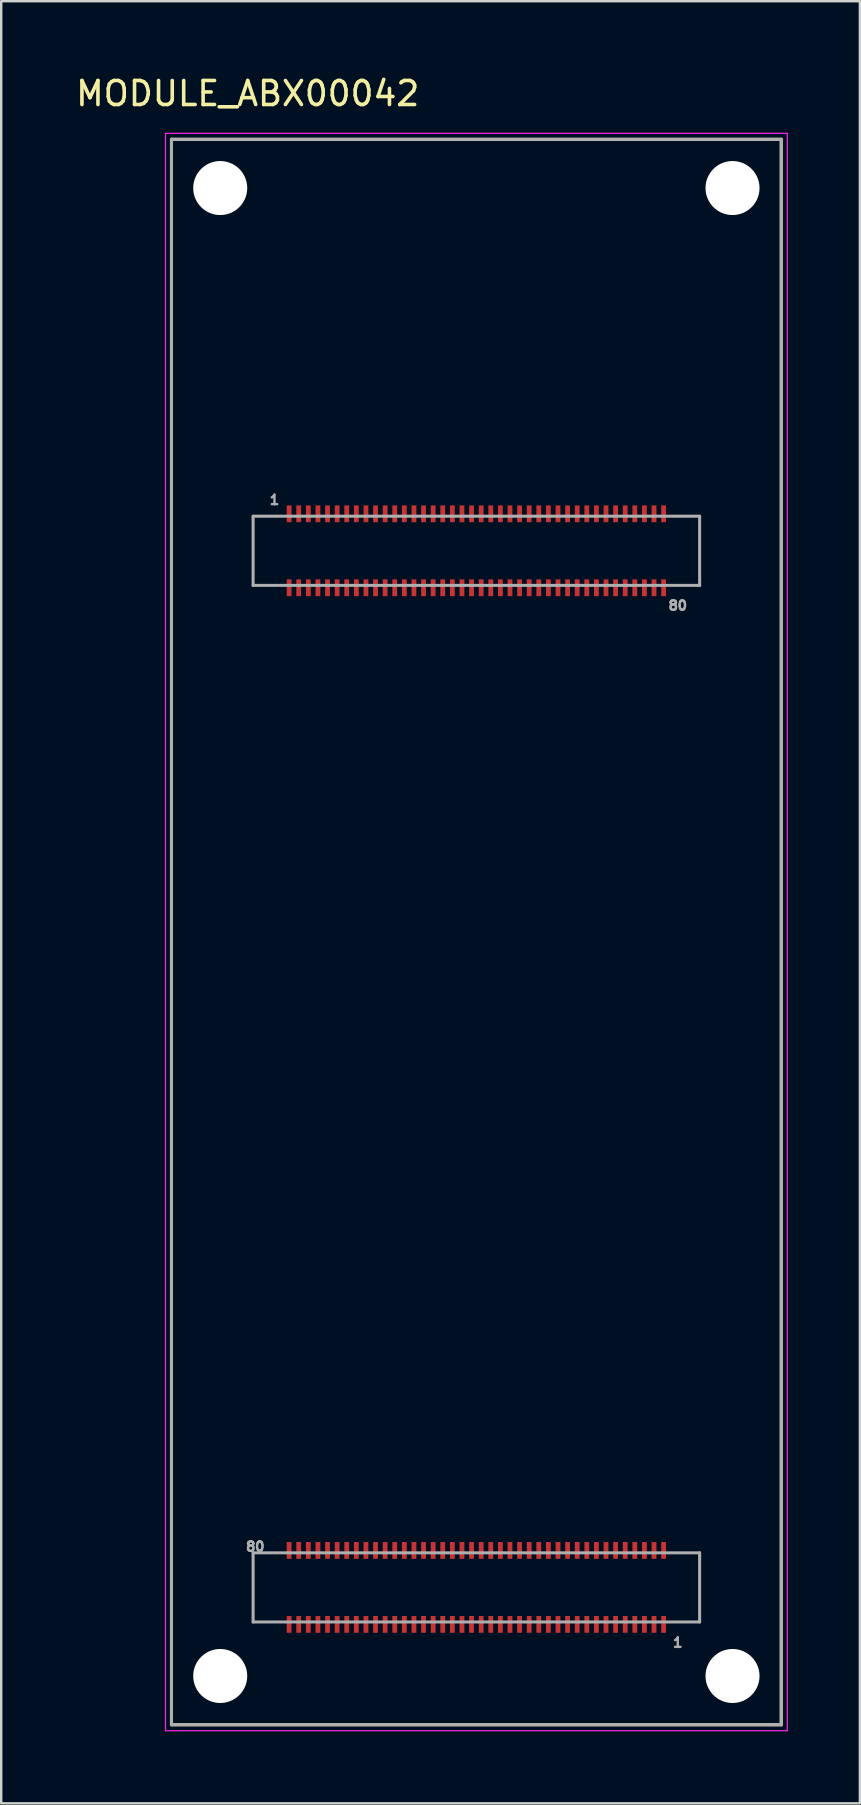
<source format=kicad_pcb>
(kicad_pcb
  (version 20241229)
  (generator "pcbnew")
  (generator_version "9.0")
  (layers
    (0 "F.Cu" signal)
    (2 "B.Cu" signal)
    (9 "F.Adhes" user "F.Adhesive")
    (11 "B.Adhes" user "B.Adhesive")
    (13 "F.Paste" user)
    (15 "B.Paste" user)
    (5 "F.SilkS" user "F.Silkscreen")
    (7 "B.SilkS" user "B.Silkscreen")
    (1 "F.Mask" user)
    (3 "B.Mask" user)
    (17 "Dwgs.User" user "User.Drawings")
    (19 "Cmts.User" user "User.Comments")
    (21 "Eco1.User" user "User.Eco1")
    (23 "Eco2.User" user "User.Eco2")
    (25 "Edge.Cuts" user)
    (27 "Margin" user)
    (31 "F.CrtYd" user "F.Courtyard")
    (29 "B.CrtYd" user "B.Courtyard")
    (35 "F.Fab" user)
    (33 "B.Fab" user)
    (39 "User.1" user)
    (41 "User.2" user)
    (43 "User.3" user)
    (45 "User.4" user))
  (footprint "MODULE_ABX00042"
    (layer "F.Cu")
    (at 16.793 35.773)
    (property "Reference" "MODULE_ABX00042" (at -9.525 -34.925 0) (layer "F.SilkS") (effects (font (size 1 1) (thickness 0.15))))
    (attr smd)
    (fp_line (start -12.7 -33.02) (end -12.7 33.02) (stroke (width 0.127) (type solid)) (layer "F.SilkS"))
    (fp_line (start -12.7 33.02) (end 12.7 33.02) (stroke (width 0.127) (type solid)) (layer "F.SilkS"))
    (fp_line (start 12.7 -33.02) (end -12.7 -33.02) (stroke (width 0.127) (type solid)) (layer "F.SilkS"))
    (fp_line (start 12.7 33.02) (end 12.7 -33.02) (stroke (width 0.127) (type solid)) (layer "F.SilkS"))
    (fp_line (start -12.95 -33.27) (end -12.95 33.27) (stroke (width 0.05) (type solid)) (layer "F.CrtYd"))
    (fp_line (start -12.95 33.27) (end 12.95 33.27) (stroke (width 0.05) (type solid)) (layer "F.CrtYd"))
    (fp_line (start 12.95 -33.27) (end -12.95 -33.27) (stroke (width 0.05) (type solid)) (layer "F.CrtYd"))
    (fp_line (start 12.95 33.27) (end 12.95 -33.27) (stroke (width 0.05) (type solid)) (layer "F.CrtYd"))
    (fp_line (start -12.7 -33.02) (end -12.7 33.02) (stroke (width 0.127) (type solid)) (layer "F.Fab"))
    (fp_line (start -12.7 33.02) (end 12.7 33.02) (stroke (width 0.127) (type solid)) (layer "F.Fab"))
    (fp_line (start -9.3 -17.32) (end -9.3 -14.44) (stroke (width 0.127) (type solid)) (layer "F.Fab"))
    (fp_line (start -9.3 -14.44) (end 9.3 -14.44) (stroke (width 0.127) (type solid)) (layer "F.Fab"))
    (fp_line (start -9.3 25.86) (end -9.3 28.74) (stroke (width 0.127) (type solid)) (layer "F.Fab"))
    (fp_line (start -9.3 28.74) (end 9.3 28.74) (stroke (width 0.127) (type solid)) (layer "F.Fab"))
    (fp_line (start 9.3 -17.32) (end -9.3 -17.32) (stroke (width 0.127) (type solid)) (layer "F.Fab"))
    (fp_line (start 9.3 -14.44) (end 9.3 -17.32) (stroke (width 0.127) (type solid)) (layer "F.Fab"))
    (fp_line (start 9.3 25.86) (end -9.3 25.86) (stroke (width 0.127) (type solid)) (layer "F.Fab"))
    (fp_line (start 9.3 28.74) (end 9.3 25.86) (stroke (width 0.127) (type solid)) (layer "F.Fab"))
    (fp_line (start 12.7 -33.02) (end -12.7 -33.02) (stroke (width 0.127) (type solid)) (layer "F.Fab"))
    (fp_line (start 12.7 33.02) (end 12.7 -33.02) (stroke (width 0.127) (type solid)) (layer "F.Fab"))
    (fp_text user "1" (at 8.39 29.6 0) (layer "F.Fab") (effects (font (size 0.394 0.394) (thickness 0.15))))
    (fp_text user "1" (at -8.41 -18 0) (layer "F.Fab") (effects (font (size 0.394 0.394) (thickness 0.15))))
    (fp_text user "80" (at 8.39 -13.6 0) (layer "F.Fab") (effects (font (size 0.394 0.394) (thickness 0.15))))
    (fp_text user "80" (at -9.21 25.6 0) (layer "F.Fab") (effects (font (size 0.394 0.394) (thickness 0.15))))
    (pad "" np_thru_hole circle (at -10.67 -30.99) (size 2.25 2.25) (drill 2.25) (layers "*.Cu" "*.Mask"))
    (pad "" np_thru_hole circle (at -10.67 30.99) (size 2.25 2.25) (drill 2.25) (layers "*.Cu" "*.Mask"))
    (pad "" np_thru_hole circle (at 10.67 -30.99) (size 2.25 2.25) (drill 2.25) (layers "*.Cu" "*.Mask"))
    (pad "" np_thru_hole circle (at 10.67 30.99) (size 2.25 2.25) (drill 2.25) (layers "*.Cu" "*.Mask"))
    (pad "J1_1" smd rect (at -7.8 -17.42) (size 0.2 0.7) (layers "F.Cu" "F.Mask" "F.Paste"))
    (pad "J1_2" smd rect (at -7.8 -14.34) (size 0.2 0.7) (layers "F.Cu" "F.Mask" "F.Paste"))
    (pad "J1_3" smd rect (at -7.4 -17.42) (size 0.2 0.7) (layers "F.Cu" "F.Mask" "F.Paste"))
    (pad "J1_4" smd rect (at -7.4 -14.34) (size 0.2 0.7) (layers "F.Cu" "F.Mask" "F.Paste"))
    (pad "J1_5" smd rect (at -7 -17.42) (size 0.2 0.7) (layers "F.Cu" "F.Mask" "F.Paste"))
    (pad "J1_6" smd rect (at -7 -14.34) (size 0.2 0.7) (layers "F.Cu" "F.Mask" "F.Paste"))
    (pad "J1_7" smd rect (at -6.6 -17.42) (size 0.2 0.7) (layers "F.Cu" "F.Mask" "F.Paste"))
    (pad "J1_8" smd rect (at -6.6 -14.34) (size 0.2 0.7) (layers "F.Cu" "F.Mask" "F.Paste"))
    (pad "J1_9" smd rect (at -6.2 -17.42) (size 0.2 0.7) (layers "F.Cu" "F.Mask" "F.Paste"))
    (pad "J1_10" smd rect (at -6.2 -14.34) (size 0.2 0.7) (layers "F.Cu" "F.Mask" "F.Paste"))
    (pad "J1_11" smd rect (at -5.8 -17.42) (size 0.2 0.7) (layers "F.Cu" "F.Mask" "F.Paste"))
    (pad "J1_12" smd rect (at -5.8 -14.34) (size 0.2 0.7) (layers "F.Cu" "F.Mask" "F.Paste"))
    (pad "J1_13" smd rect (at -5.4 -17.42) (size 0.2 0.7) (layers "F.Cu" "F.Mask" "F.Paste"))
    (pad "J1_14" smd rect (at -5.4 -14.34) (size 0.2 0.7) (layers "F.Cu" "F.Mask" "F.Paste"))
    (pad "J1_15" smd rect (at -5 -17.42) (size 0.2 0.7) (layers "F.Cu" "F.Mask" "F.Paste"))
    (pad "J1_16" smd rect (at -5 -14.34) (size 0.2 0.7) (layers "F.Cu" "F.Mask" "F.Paste"))
    (pad "J1_17" smd rect (at -4.6 -17.42) (size 0.2 0.7) (layers "F.Cu" "F.Mask" "F.Paste"))
    (pad "J1_18" smd rect (at -4.6 -14.34) (size 0.2 0.7) (layers "F.Cu" "F.Mask" "F.Paste"))
    (pad "J1_19" smd rect (at -4.2 -17.42) (size 0.2 0.7) (layers "F.Cu" "F.Mask" "F.Paste"))
    (pad "J1_20" smd rect (at -4.2 -14.34) (size 0.2 0.7) (layers "F.Cu" "F.Mask" "F.Paste"))
    (pad "J1_21" smd rect (at -3.8 -17.42) (size 0.2 0.7) (layers "F.Cu" "F.Mask" "F.Paste"))
    (pad "J1_22" smd rect (at -3.8 -14.34) (size 0.2 0.7) (layers "F.Cu" "F.Mask" "F.Paste"))
    (pad "J1_23" smd rect (at -3.4 -17.42) (size 0.2 0.7) (layers "F.Cu" "F.Mask" "F.Paste"))
    (pad "J1_24" smd rect (at -3.4 -14.34) (size 0.2 0.7) (layers "F.Cu" "F.Mask" "F.Paste"))
    (pad "J1_25" smd rect (at -3 -17.42) (size 0.2 0.7) (layers "F.Cu" "F.Mask" "F.Paste"))
    (pad "J1_26" smd rect (at -3 -14.34) (size 0.2 0.7) (layers "F.Cu" "F.Mask" "F.Paste"))
    (pad "J1_27" smd rect (at -2.6 -17.42) (size 0.2 0.7) (layers "F.Cu" "F.Mask" "F.Paste"))
    (pad "J1_28" smd rect (at -2.6 -14.34) (size 0.2 0.7) (layers "F.Cu" "F.Mask" "F.Paste"))
    (pad "J1_29" smd rect (at -2.2 -17.42) (size 0.2 0.7) (layers "F.Cu" "F.Mask" "F.Paste"))
    (pad "J1_30" smd rect (at -2.2 -14.34) (size 0.2 0.7) (layers "F.Cu" "F.Mask" "F.Paste"))
    (pad "J1_31" smd rect (at -1.8 -17.42) (size 0.2 0.7) (layers "F.Cu" "F.Mask" "F.Paste"))
    (pad "J1_32" smd rect (at -1.8 -14.34) (size 0.2 0.7) (layers "F.Cu" "F.Mask" "F.Paste"))
    (pad "J1_33" smd rect (at -1.4 -17.42) (size 0.2 0.7) (layers "F.Cu" "F.Mask" "F.Paste"))
    (pad "J1_34" smd rect (at -1.4 -14.34) (size 0.2 0.7) (layers "F.Cu" "F.Mask" "F.Paste"))
    (pad "J1_35" smd rect (at -1 -17.42) (size 0.2 0.7) (layers "F.Cu" "F.Mask" "F.Paste"))
    (pad "J1_36" smd rect (at -1 -14.34) (size 0.2 0.7) (layers "F.Cu" "F.Mask" "F.Paste"))
    (pad "J1_37" smd rect (at -0.6 -17.42) (size 0.2 0.7) (layers "F.Cu" "F.Mask" "F.Paste"))
    (pad "J1_38" smd rect (at -0.6 -14.34) (size 0.2 0.7) (layers "F.Cu" "F.Mask" "F.Paste"))
    (pad "J1_39" smd rect (at -0.2 -17.42) (size 0.2 0.7) (layers "F.Cu" "F.Mask" "F.Paste"))
    (pad "J1_40" smd rect (at -0.2 -14.34) (size 0.2 0.7) (layers "F.Cu" "F.Mask" "F.Paste"))
    (pad "J1_41" smd rect (at 0.2 -17.42) (size 0.2 0.7) (layers "F.Cu" "F.Mask" "F.Paste"))
    (pad "J1_42" smd rect (at 0.2 -14.34) (size 0.2 0.7) (layers "F.Cu" "F.Mask" "F.Paste"))
    (pad "J1_43" smd rect (at 0.6 -17.42) (size 0.2 0.7) (layers "F.Cu" "F.Mask" "F.Paste"))
    (pad "J1_44" smd rect (at 0.6 -14.34) (size 0.2 0.7) (layers "F.Cu" "F.Mask" "F.Paste"))
    (pad "J1_45" smd rect (at 1 -17.42) (size 0.2 0.7) (layers "F.Cu" "F.Mask" "F.Paste"))
    (pad "J1_46" smd rect (at 1 -14.34) (size 0.2 0.7) (layers "F.Cu" "F.Mask" "F.Paste"))
    (pad "J1_47" smd rect (at 1.4 -17.42) (size 0.2 0.7) (layers "F.Cu" "F.Mask" "F.Paste"))
    (pad "J1_48" smd rect (at 1.4 -14.34) (size 0.2 0.7) (layers "F.Cu" "F.Mask" "F.Paste"))
    (pad "J1_49" smd rect (at 1.8 -17.42) (size 0.2 0.7) (layers "F.Cu" "F.Mask" "F.Paste"))
    (pad "J1_50" smd rect (at 1.8 -14.34) (size 0.2 0.7) (layers "F.Cu" "F.Mask" "F.Paste"))
    (pad "J1_51" smd rect (at 2.2 -17.42) (size 0.2 0.7) (layers "F.Cu" "F.Mask" "F.Paste"))
    (pad "J1_52" smd rect (at 2.2 -14.34) (size 0.2 0.7) (layers "F.Cu" "F.Mask" "F.Paste"))
    (pad "J1_53" smd rect (at 2.6 -17.42) (size 0.2 0.7) (layers "F.Cu" "F.Mask" "F.Paste"))
    (pad "J1_54" smd rect (at 2.6 -14.34) (size 0.2 0.7) (layers "F.Cu" "F.Mask" "F.Paste"))
    (pad "J1_55" smd rect (at 3 -17.42) (size 0.2 0.7) (layers "F.Cu" "F.Mask" "F.Paste"))
    (pad "J1_56" smd rect (at 3 -14.34) (size 0.2 0.7) (layers "F.Cu" "F.Mask" "F.Paste"))
    (pad "J1_57" smd rect (at 3.4 -17.42) (size 0.2 0.7) (layers "F.Cu" "F.Mask" "F.Paste"))
    (pad "J1_58" smd rect (at 3.4 -14.34) (size 0.2 0.7) (layers "F.Cu" "F.Mask" "F.Paste"))
    (pad "J1_59" smd rect (at 3.8 -17.42) (size 0.2 0.7) (layers "F.Cu" "F.Mask" "F.Paste"))
    (pad "J1_60" smd rect (at 3.8 -14.34) (size 0.2 0.7) (layers "F.Cu" "F.Mask" "F.Paste"))
    (pad "J1_61" smd rect (at 4.2 -17.42) (size 0.2 0.7) (layers "F.Cu" "F.Mask" "F.Paste"))
    (pad "J1_62" smd rect (at 4.2 -14.34) (size 0.2 0.7) (layers "F.Cu" "F.Mask" "F.Paste"))
    (pad "J1_63" smd rect (at 4.6 -17.42) (size 0.2 0.7) (layers "F.Cu" "F.Mask" "F.Paste"))
    (pad "J1_64" smd rect (at 4.6 -14.34) (size 0.2 0.7) (layers "F.Cu" "F.Mask" "F.Paste"))
    (pad "J1_65" smd rect (at 5 -17.42) (size 0.2 0.7) (layers "F.Cu" "F.Mask" "F.Paste"))
    (pad "J1_66" smd rect (at 5 -14.34) (size 0.2 0.7) (layers "F.Cu" "F.Mask" "F.Paste"))
    (pad "J1_67" smd rect (at 5.4 -17.42) (size 0.2 0.7) (layers "F.Cu" "F.Mask" "F.Paste"))
    (pad "J1_68" smd rect (at 5.4 -14.34) (size 0.2 0.7) (layers "F.Cu" "F.Mask" "F.Paste"))
    (pad "J1_69" smd rect (at 5.8 -17.42) (size 0.2 0.7) (layers "F.Cu" "F.Mask" "F.Paste"))
    (pad "J1_70" smd rect (at 5.8 -14.34) (size 0.2 0.7) (layers "F.Cu" "F.Mask" "F.Paste"))
    (pad "J1_71" smd rect (at 6.2 -17.42) (size 0.2 0.7) (layers "F.Cu" "F.Mask" "F.Paste"))
    (pad "J1_72" smd rect (at 6.2 -14.34) (size 0.2 0.7) (layers "F.Cu" "F.Mask" "F.Paste"))
    (pad "J1_73" smd rect (at 6.6 -17.42) (size 0.2 0.7) (layers "F.Cu" "F.Mask" "F.Paste"))
    (pad "J1_74" smd rect (at 6.6 -14.34) (size 0.2 0.7) (layers "F.Cu" "F.Mask" "F.Paste"))
    (pad "J1_75" smd rect (at 7 -17.42) (size 0.2 0.7) (layers "F.Cu" "F.Mask" "F.Paste"))
    (pad "J1_76" smd rect (at 7 -14.34) (size 0.2 0.7) (layers "F.Cu" "F.Mask" "F.Paste"))
    (pad "J1_77" smd rect (at 7.4 -17.42) (size 0.2 0.7) (layers "F.Cu" "F.Mask" "F.Paste"))
    (pad "J1_78" smd rect (at 7.4 -14.34) (size 0.2 0.7) (layers "F.Cu" "F.Mask" "F.Paste"))
    (pad "J1_79" smd rect (at 7.8 -17.42) (size 0.2 0.7) (layers "F.Cu" "F.Mask" "F.Paste"))
    (pad "J1_80" smd rect (at 7.8 -14.34) (size 0.2 0.7) (layers "F.Cu" "F.Mask" "F.Paste"))
    (pad "J2_1" smd rect (at 7.8 28.84) (size 0.2 0.7) (layers "F.Cu" "F.Mask" "F.Paste"))
    (pad "J2_2" smd rect (at 7.8 25.76) (size 0.2 0.7) (layers "F.Cu" "F.Mask" "F.Paste"))
    (pad "J2_3" smd rect (at 7.4 28.84) (size 0.2 0.7) (layers "F.Cu" "F.Mask" "F.Paste"))
    (pad "J2_4" smd rect (at 7.4 25.76) (size 0.2 0.7) (layers "F.Cu" "F.Mask" "F.Paste"))
    (pad "J2_5" smd rect (at 7 28.84) (size 0.2 0.7) (layers "F.Cu" "F.Mask" "F.Paste"))
    (pad "J2_6" smd rect (at 7 25.76) (size 0.2 0.7) (layers "F.Cu" "F.Mask" "F.Paste"))
    (pad "J2_7" smd rect (at 6.6 28.84) (size 0.2 0.7) (layers "F.Cu" "F.Mask" "F.Paste"))
    (pad "J2_8" smd rect (at 6.6 25.76) (size 0.2 0.7) (layers "F.Cu" "F.Mask" "F.Paste"))
    (pad "J2_9" smd rect (at 6.2 28.84) (size 0.2 0.7) (layers "F.Cu" "F.Mask" "F.Paste"))
    (pad "J2_10" smd rect (at 6.2 25.76) (size 0.2 0.7) (layers "F.Cu" "F.Mask" "F.Paste"))
    (pad "J2_11" smd rect (at 5.8 28.84) (size 0.2 0.7) (layers "F.Cu" "F.Mask" "F.Paste"))
    (pad "J2_12" smd rect (at 5.8 25.76) (size 0.2 0.7) (layers "F.Cu" "F.Mask" "F.Paste"))
    (pad "J2_13" smd rect (at 5.4 28.84) (size 0.2 0.7) (layers "F.Cu" "F.Mask" "F.Paste"))
    (pad "J2_14" smd rect (at 5.4 25.76) (size 0.2 0.7) (layers "F.Cu" "F.Mask" "F.Paste"))
    (pad "J2_15" smd rect (at 5 28.84) (size 0.2 0.7) (layers "F.Cu" "F.Mask" "F.Paste"))
    (pad "J2_16" smd rect (at 5 25.76) (size 0.2 0.7) (layers "F.Cu" "F.Mask" "F.Paste"))
    (pad "J2_17" smd rect (at 4.6 28.84) (size 0.2 0.7) (layers "F.Cu" "F.Mask" "F.Paste"))
    (pad "J2_18" smd rect (at 4.6 25.76) (size 0.2 0.7) (layers "F.Cu" "F.Mask" "F.Paste"))
    (pad "J2_19" smd rect (at 4.2 28.84) (size 0.2 0.7) (layers "F.Cu" "F.Mask" "F.Paste"))
    (pad "J2_20" smd rect (at 4.2 25.76) (size 0.2 0.7) (layers "F.Cu" "F.Mask" "F.Paste"))
    (pad "J2_21" smd rect (at 3.8 28.84) (size 0.2 0.7) (layers "F.Cu" "F.Mask" "F.Paste"))
    (pad "J2_22" smd rect (at 3.8 25.76) (size 0.2 0.7) (layers "F.Cu" "F.Mask" "F.Paste"))
    (pad "J2_23" smd rect (at 3.4 28.84) (size 0.2 0.7) (layers "F.Cu" "F.Mask" "F.Paste"))
    (pad "J2_24" smd rect (at 3.4 25.76) (size 0.2 0.7) (layers "F.Cu" "F.Mask" "F.Paste"))
    (pad "J2_25" smd rect (at 3 28.84) (size 0.2 0.7) (layers "F.Cu" "F.Mask" "F.Paste"))
    (pad "J2_26" smd rect (at 3 25.76) (size 0.2 0.7) (layers "F.Cu" "F.Mask" "F.Paste"))
    (pad "J2_27" smd rect (at 2.6 28.84) (size 0.2 0.7) (layers "F.Cu" "F.Mask" "F.Paste"))
    (pad "J2_28" smd rect (at 2.6 25.76) (size 0.2 0.7) (layers "F.Cu" "F.Mask" "F.Paste"))
    (pad "J2_29" smd rect (at 2.2 28.84) (size 0.2 0.7) (layers "F.Cu" "F.Mask" "F.Paste"))
    (pad "J2_30" smd rect (at 2.2 25.76) (size 0.2 0.7) (layers "F.Cu" "F.Mask" "F.Paste"))
    (pad "J2_31" smd rect (at 1.8 28.84) (size 0.2 0.7) (layers "F.Cu" "F.Mask" "F.Paste"))
    (pad "J2_32" smd rect (at 1.8 25.76) (size 0.2 0.7) (layers "F.Cu" "F.Mask" "F.Paste"))
    (pad "J2_33" smd rect (at 1.4 28.84) (size 0.2 0.7) (layers "F.Cu" "F.Mask" "F.Paste"))
    (pad "J2_34" smd rect (at 1.4 25.76) (size 0.2 0.7) (layers "F.Cu" "F.Mask" "F.Paste"))
    (pad "J2_35" smd rect (at 1 28.84) (size 0.2 0.7) (layers "F.Cu" "F.Mask" "F.Paste"))
    (pad "J2_36" smd rect (at 1 25.76) (size 0.2 0.7) (layers "F.Cu" "F.Mask" "F.Paste"))
    (pad "J2_37" smd rect (at 0.6 28.84) (size 0.2 0.7) (layers "F.Cu" "F.Mask" "F.Paste"))
    (pad "J2_38" smd rect (at 0.6 25.76) (size 0.2 0.7) (layers "F.Cu" "F.Mask" "F.Paste"))
    (pad "J2_39" smd rect (at 0.2 28.84) (size 0.2 0.7) (layers "F.Cu" "F.Mask" "F.Paste"))
    (pad "J2_40" smd rect (at 0.2 25.76) (size 0.2 0.7) (layers "F.Cu" "F.Mask" "F.Paste"))
    (pad "J2_41" smd rect (at -0.2 28.84) (size 0.2 0.7) (layers "F.Cu" "F.Mask" "F.Paste"))
    (pad "J2_42" smd rect (at -0.2 25.76) (size 0.2 0.7) (layers "F.Cu" "F.Mask" "F.Paste"))
    (pad "J2_43" smd rect (at -0.6 28.84) (size 0.2 0.7) (layers "F.Cu" "F.Mask" "F.Paste"))
    (pad "J2_44" smd rect (at -0.6 25.76) (size 0.2 0.7) (layers "F.Cu" "F.Mask" "F.Paste"))
    (pad "J2_45" smd rect (at -1 28.84) (size 0.2 0.7) (layers "F.Cu" "F.Mask" "F.Paste"))
    (pad "J2_46" smd rect (at -1 25.76) (size 0.2 0.7) (layers "F.Cu" "F.Mask" "F.Paste"))
    (pad "J2_47" smd rect (at -1.4 28.84) (size 0.2 0.7) (layers "F.Cu" "F.Mask" "F.Paste"))
    (pad "J2_48" smd rect (at -1.4 25.76) (size 0.2 0.7) (layers "F.Cu" "F.Mask" "F.Paste"))
    (pad "J2_49" smd rect (at -1.8 28.84) (size 0.2 0.7) (layers "F.Cu" "F.Mask" "F.Paste"))
    (pad "J2_50" smd rect (at -1.8 25.76) (size 0.2 0.7) (layers "F.Cu" "F.Mask" "F.Paste"))
    (pad "J2_51" smd rect (at -2.2 28.84) (size 0.2 0.7) (layers "F.Cu" "F.Mask" "F.Paste"))
    (pad "J2_52" smd rect (at -2.2 25.76) (size 0.2 0.7) (layers "F.Cu" "F.Mask" "F.Paste"))
    (pad "J2_53" smd rect (at -2.6 28.84) (size 0.2 0.7) (layers "F.Cu" "F.Mask" "F.Paste"))
    (pad "J2_54" smd rect (at -2.6 25.76) (size 0.2 0.7) (layers "F.Cu" "F.Mask" "F.Paste"))
    (pad "J2_55" smd rect (at -3 28.84) (size 0.2 0.7) (layers "F.Cu" "F.Mask" "F.Paste"))
    (pad "J2_56" smd rect (at -3 25.76) (size 0.2 0.7) (layers "F.Cu" "F.Mask" "F.Paste"))
    (pad "J2_57" smd rect (at -3.4 28.84) (size 0.2 0.7) (layers "F.Cu" "F.Mask" "F.Paste"))
    (pad "J2_58" smd rect (at -3.4 25.76) (size 0.2 0.7) (layers "F.Cu" "F.Mask" "F.Paste"))
    (pad "J2_59" smd rect (at -3.8 28.84) (size 0.2 0.7) (layers "F.Cu" "F.Mask" "F.Paste"))
    (pad "J2_60" smd rect (at -3.8 25.76) (size 0.2 0.7) (layers "F.Cu" "F.Mask" "F.Paste"))
    (pad "J2_61" smd rect (at -4.2 28.84) (size 0.2 0.7) (layers "F.Cu" "F.Mask" "F.Paste"))
    (pad "J2_62" smd rect (at -4.2 25.76) (size 0.2 0.7) (layers "F.Cu" "F.Mask" "F.Paste"))
    (pad "J2_63" smd rect (at -4.6 28.84) (size 0.2 0.7) (layers "F.Cu" "F.Mask" "F.Paste"))
    (pad "J2_64" smd rect (at -4.6 25.76) (size 0.2 0.7) (layers "F.Cu" "F.Mask" "F.Paste"))
    (pad "J2_65" smd rect (at -5 28.84) (size 0.2 0.7) (layers "F.Cu" "F.Mask" "F.Paste"))
    (pad "J2_66" smd rect (at -5 25.76) (size 0.2 0.7) (layers "F.Cu" "F.Mask" "F.Paste"))
    (pad "J2_67" smd rect (at -5.4 28.84) (size 0.2 0.7) (layers "F.Cu" "F.Mask" "F.Paste"))
    (pad "J2_68" smd rect (at -5.4 25.76) (size 0.2 0.7) (layers "F.Cu" "F.Mask" "F.Paste"))
    (pad "J2_69" smd rect (at -5.8 28.84) (size 0.2 0.7) (layers "F.Cu" "F.Mask" "F.Paste"))
    (pad "J2_70" smd rect (at -5.8 25.76) (size 0.2 0.7) (layers "F.Cu" "F.Mask" "F.Paste"))
    (pad "J2_71" smd rect (at -6.2 28.84) (size 0.2 0.7) (layers "F.Cu" "F.Mask" "F.Paste"))
    (pad "J2_72" smd rect (at -6.2 25.76) (size 0.2 0.7) (layers "F.Cu" "F.Mask" "F.Paste"))
    (pad "J2_73" smd rect (at -6.6 28.84) (size 0.2 0.7) (layers "F.Cu" "F.Mask" "F.Paste"))
    (pad "J2_74" smd rect (at -6.6 25.76) (size 0.2 0.7) (layers "F.Cu" "F.Mask" "F.Paste"))
    (pad "J2_75" smd rect (at -7 28.84) (size 0.2 0.7) (layers "F.Cu" "F.Mask" "F.Paste"))
    (pad "J2_76" smd rect (at -7 25.76) (size 0.2 0.7) (layers "F.Cu" "F.Mask" "F.Paste"))
    (pad "J2_77" smd rect (at -7.4 28.84) (size 0.2 0.7) (layers "F.Cu" "F.Mask" "F.Paste"))
    (pad "J2_78" smd rect (at -7.4 25.76) (size 0.2 0.7) (layers "F.Cu" "F.Mask" "F.Paste"))
    (pad "J2_79" smd rect (at -7.8 28.84) (size 0.2 0.7) (layers "F.Cu" "F.Mask" "F.Paste"))
    (pad "J2_80" smd rect (at -7.8 25.76) (size 0.2 0.7) (layers "F.Cu" "F.Mask" "F.Paste"))
    (zone (net_name "") (layer "F.Cu") (hatch full 0.508) (connect_pads) (min_thickness 0.01) (filled_areas_thickness no) (keepout (tracks not_allowed) (vias not_allowed) (pads not_allowed) (copperpour not_allowed) (footprints allowed)) (placement (enabled no)) (fill) (polygon (pts (xy 8.893 18.703) (xy 9.093 18.703) (xy 9.093 19.143) (xy 8.893 19.143))))
    (zone (net_name "") (layer "F.Cu") (hatch full 0.508) (connect_pads) (min_thickness 0.01) (filled_areas_thickness no) (keepout (tracks not_allowed) (vias not_allowed) (pads not_allowed) (copperpour not_allowed) (footprints allowed)) (placement (enabled no)) (fill) (polygon (pts (xy 8.893 20.643) (xy 9.093 20.643) (xy 9.093 21.083) (xy 8.893 21.083))))
    (zone (net_name "") (layer "F.Cu") (hatch full 0.508) (connect_pads) (min_thickness 0.01) (filled_areas_thickness no) (keepout (tracks not_allowed) (vias not_allowed) (pads not_allowed) (copperpour not_allowed) (footprints allowed)) (placement (enabled no)) (fill) (polygon (pts (xy 8.893 61.883) (xy 9.093 61.883) (xy 9.093 62.323) (xy 8.893 62.323))))
    (zone (net_name "") (layer "F.Cu") (hatch full 0.508) (connect_pads) (min_thickness 0.01) (filled_areas_thickness no) (keepout (tracks not_allowed) (vias not_allowed) (pads not_allowed) (copperpour not_allowed) (footprints allowed)) (placement (enabled no)) (fill) (polygon (pts (xy 8.893 63.823) (xy 9.093 63.823) (xy 9.093 64.263) (xy 8.893 64.263))))
    (zone (net_name "") (layer "F.Cu") (hatch full 0.508) (connect_pads) (min_thickness 0.01) (filled_areas_thickness no) (keepout (tracks not_allowed) (vias not_allowed) (pads not_allowed) (copperpour not_allowed) (footprints allowed)) (placement (enabled no)) (fill) (polygon (pts (xy 9.293 18.703) (xy 9.493 18.703) (xy 9.493 19.143) (xy 9.293 19.143))))
    (zone (net_name "") (layer "F.Cu") (hatch full 0.508) (connect_pads) (min_thickness 0.01) (filled_areas_thickness no) (keepout (tracks not_allowed) (vias not_allowed) (pads not_allowed) (copperpour not_allowed) (footprints allowed)) (placement (enabled no)) (fill) (polygon (pts (xy 9.293 20.643) (xy 9.493 20.643) (xy 9.493 21.083) (xy 9.293 21.083))))
    (zone (net_name "") (layer "F.Cu") (hatch full 0.508) (connect_pads) (min_thickness 0.01) (filled_areas_thickness no) (keepout (tracks not_allowed) (vias not_allowed) (pads not_allowed) (copperpour not_allowed) (footprints allowed)) (placement (enabled no)) (fill) (polygon (pts (xy 9.293 61.883) (xy 9.493 61.883) (xy 9.493 62.323) (xy 9.293 62.323))))
    (zone (net_name "") (layer "F.Cu") (hatch full 0.508) (connect_pads) (min_thickness 0.01) (filled_areas_thickness no) (keepout (tracks not_allowed) (vias not_allowed) (pads not_allowed) (copperpour not_allowed) (footprints allowed)) (placement (enabled no)) (fill) (polygon (pts (xy 9.293 63.823) (xy 9.493 63.823) (xy 9.493 64.263) (xy 9.293 64.263))))
    (zone (net_name "") (layer "F.Cu") (hatch full 0.508) (connect_pads) (min_thickness 0.01) (filled_areas_thickness no) (keepout (tracks not_allowed) (vias not_allowed) (pads not_allowed) (copperpour not_allowed) (footprints allowed)) (placement (enabled no)) (fill) (polygon (pts (xy 9.693 18.703) (xy 9.893 18.703) (xy 9.893 19.143) (xy 9.693 19.143))))
    (zone (net_name "") (layer "F.Cu") (hatch full 0.508) (connect_pads) (min_thickness 0.01) (filled_areas_thickness no) (keepout (tracks not_allowed) (vias not_allowed) (pads not_allowed) (copperpour not_allowed) (footprints allowed)) (placement (enabled no)) (fill) (polygon (pts (xy 9.693 20.643) (xy 9.893 20.643) (xy 9.893 21.083) (xy 9.693 21.083))))
    (zone (net_name "") (layer "F.Cu") (hatch full 0.508) (connect_pads) (min_thickness 0.01) (filled_areas_thickness no) (keepout (tracks not_allowed) (vias not_allowed) (pads not_allowed) (copperpour not_allowed) (footprints allowed)) (placement (enabled no)) (fill) (polygon (pts (xy 9.693 61.883) (xy 9.893 61.883) (xy 9.893 62.323) (xy 9.693 62.323))))
    (zone (net_name "") (layer "F.Cu") (hatch full 0.508) (connect_pads) (min_thickness 0.01) (filled_areas_thickness no) (keepout (tracks not_allowed) (vias not_allowed) (pads not_allowed) (copperpour not_allowed) (footprints allowed)) (placement (enabled no)) (fill) (polygon (pts (xy 9.693 63.823) (xy 9.893 63.823) (xy 9.893 64.263) (xy 9.693 64.263))))
    (zone (net_name "") (layer "F.Cu") (hatch full 0.508) (connect_pads) (min_thickness 0.01) (filled_areas_thickness no) (keepout (tracks not_allowed) (vias not_allowed) (pads not_allowed) (copperpour not_allowed) (footprints allowed)) (placement (enabled no)) (fill) (polygon (pts (xy 10.093 18.703) (xy 10.293 18.703) (xy 10.293 19.143) (xy 10.093 19.143))))
    (zone (net_name "") (layer "F.Cu") (hatch full 0.508) (connect_pads) (min_thickness 0.01) (filled_areas_thickness no) (keepout (tracks not_allowed) (vias not_allowed) (pads not_allowed) (copperpour not_allowed) (footprints allowed)) (placement (enabled no)) (fill) (polygon (pts (xy 10.093 20.643) (xy 10.293 20.643) (xy 10.293 21.083) (xy 10.093 21.083))))
    (zone (net_name "") (layer "F.Cu") (hatch full 0.508) (connect_pads) (min_thickness 0.01) (filled_areas_thickness no) (keepout (tracks not_allowed) (vias not_allowed) (pads not_allowed) (copperpour not_allowed) (footprints allowed)) (placement (enabled no)) (fill) (polygon (pts (xy 10.093 61.883) (xy 10.293 61.883) (xy 10.293 62.323) (xy 10.093 62.323))))
    (zone (net_name "") (layer "F.Cu") (hatch full 0.508) (connect_pads) (min_thickness 0.01) (filled_areas_thickness no) (keepout (tracks not_allowed) (vias not_allowed) (pads not_allowed) (copperpour not_allowed) (footprints allowed)) (placement (enabled no)) (fill) (polygon (pts (xy 10.093 63.823) (xy 10.293 63.823) (xy 10.293 64.263) (xy 10.093 64.263))))
    (zone (net_name "") (layer "F.Cu") (hatch full 0.508) (connect_pads) (min_thickness 0.01) (filled_areas_thickness no) (keepout (tracks not_allowed) (vias not_allowed) (pads not_allowed) (copperpour not_allowed) (footprints allowed)) (placement (enabled no)) (fill) (polygon (pts (xy 10.493 18.703) (xy 10.693 18.703) (xy 10.693 19.143) (xy 10.493 19.143))))
    (zone (net_name "") (layer "F.Cu") (hatch full 0.508) (connect_pads) (min_thickness 0.01) (filled_areas_thickness no) (keepout (tracks not_allowed) (vias not_allowed) (pads not_allowed) (copperpour not_allowed) (footprints allowed)) (placement (enabled no)) (fill) (polygon (pts (xy 10.493 20.643) (xy 10.693 20.643) (xy 10.693 21.083) (xy 10.493 21.083))))
    (zone (net_name "") (layer "F.Cu") (hatch full 0.508) (connect_pads) (min_thickness 0.01) (filled_areas_thickness no) (keepout (tracks not_allowed) (vias not_allowed) (pads not_allowed) (copperpour not_allowed) (footprints allowed)) (placement (enabled no)) (fill) (polygon (pts (xy 10.493 61.883) (xy 10.693 61.883) (xy 10.693 62.323) (xy 10.493 62.323))))
    (zone (net_name "") (layer "F.Cu") (hatch full 0.508) (connect_pads) (min_thickness 0.01) (filled_areas_thickness no) (keepout (tracks not_allowed) (vias not_allowed) (pads not_allowed) (copperpour not_allowed) (footprints allowed)) (placement (enabled no)) (fill) (polygon (pts (xy 10.493 63.823) (xy 10.693 63.823) (xy 10.693 64.263) (xy 10.493 64.263))))
    (zone (net_name "") (layer "F.Cu") (hatch full 0.508) (connect_pads) (min_thickness 0.01) (filled_areas_thickness no) (keepout (tracks not_allowed) (vias not_allowed) (pads not_allowed) (copperpour not_allowed) (footprints allowed)) (placement (enabled no)) (fill) (polygon (pts (xy 10.893 18.703) (xy 11.093 18.703) (xy 11.093 19.143) (xy 10.893 19.143))))
    (zone (net_name "") (layer "F.Cu") (hatch full 0.508) (connect_pads) (min_thickness 0.01) (filled_areas_thickness no) (keepout (tracks not_allowed) (vias not_allowed) (pads not_allowed) (copperpour not_allowed) (footprints allowed)) (placement (enabled no)) (fill) (polygon (pts (xy 10.893 20.643) (xy 11.093 20.643) (xy 11.093 21.083) (xy 10.893 21.083))))
    (zone (net_name "") (layer "F.Cu") (hatch full 0.508) (connect_pads) (min_thickness 0.01) (filled_areas_thickness no) (keepout (tracks not_allowed) (vias not_allowed) (pads not_allowed) (copperpour not_allowed) (footprints allowed)) (placement (enabled no)) (fill) (polygon (pts (xy 10.893 61.883) (xy 11.093 61.883) (xy 11.093 62.323) (xy 10.893 62.323))))
    (zone (net_name "") (layer "F.Cu") (hatch full 0.508) (connect_pads) (min_thickness 0.01) (filled_areas_thickness no) (keepout (tracks not_allowed) (vias not_allowed) (pads not_allowed) (copperpour not_allowed) (footprints allowed)) (placement (enabled no)) (fill) (polygon (pts (xy 10.893 63.823) (xy 11.093 63.823) (xy 11.093 64.263) (xy 10.893 64.263))))
    (zone (net_name "") (layer "F.Cu") (hatch full 0.508) (connect_pads) (min_thickness 0.01) (filled_areas_thickness no) (keepout (tracks not_allowed) (vias not_allowed) (pads not_allowed) (copperpour not_allowed) (footprints allowed)) (placement (enabled no)) (fill) (polygon (pts (xy 11.293 18.703) (xy 11.493 18.703) (xy 11.493 19.143) (xy 11.293 19.143))))
    (zone (net_name "") (layer "F.Cu") (hatch full 0.508) (connect_pads) (min_thickness 0.01) (filled_areas_thickness no) (keepout (tracks not_allowed) (vias not_allowed) (pads not_allowed) (copperpour not_allowed) (footprints allowed)) (placement (enabled no)) (fill) (polygon (pts (xy 11.293 20.643) (xy 11.493 20.643) (xy 11.493 21.083) (xy 11.293 21.083))))
    (zone (net_name "") (layer "F.Cu") (hatch full 0.508) (connect_pads) (min_thickness 0.01) (filled_areas_thickness no) (keepout (tracks not_allowed) (vias not_allowed) (pads not_allowed) (copperpour not_allowed) (footprints allowed)) (placement (enabled no)) (fill) (polygon (pts (xy 11.293 61.883) (xy 11.493 61.883) (xy 11.493 62.323) (xy 11.293 62.323))))
    (zone (net_name "") (layer "F.Cu") (hatch full 0.508) (connect_pads) (min_thickness 0.01) (filled_areas_thickness no) (keepout (tracks not_allowed) (vias not_allowed) (pads not_allowed) (copperpour not_allowed) (footprints allowed)) (placement (enabled no)) (fill) (polygon (pts (xy 11.293 63.823) (xy 11.493 63.823) (xy 11.493 64.263) (xy 11.293 64.263))))
    (zone (net_name "") (layer "F.Cu") (hatch full 0.508) (connect_pads) (min_thickness 0.01) (filled_areas_thickness no) (keepout (tracks not_allowed) (vias not_allowed) (pads not_allowed) (copperpour not_allowed) (footprints allowed)) (placement (enabled no)) (fill) (polygon (pts (xy 11.693 18.703) (xy 11.893 18.703) (xy 11.893 19.143) (xy 11.693 19.143))))
    (zone (net_name "") (layer "F.Cu") (hatch full 0.508) (connect_pads) (min_thickness 0.01) (filled_areas_thickness no) (keepout (tracks not_allowed) (vias not_allowed) (pads not_allowed) (copperpour not_allowed) (footprints allowed)) (placement (enabled no)) (fill) (polygon (pts (xy 11.693 20.643) (xy 11.893 20.643) (xy 11.893 21.083) (xy 11.693 21.083))))
    (zone (net_name "") (layer "F.Cu") (hatch full 0.508) (connect_pads) (min_thickness 0.01) (filled_areas_thickness no) (keepout (tracks not_allowed) (vias not_allowed) (pads not_allowed) (copperpour not_allowed) (footprints allowed)) (placement (enabled no)) (fill) (polygon (pts (xy 11.693 61.883) (xy 11.893 61.883) (xy 11.893 62.323) (xy 11.693 62.323))))
    (zone (net_name "") (layer "F.Cu") (hatch full 0.508) (connect_pads) (min_thickness 0.01) (filled_areas_thickness no) (keepout (tracks not_allowed) (vias not_allowed) (pads not_allowed) (copperpour not_allowed) (footprints allowed)) (placement (enabled no)) (fill) (polygon (pts (xy 11.693 63.823) (xy 11.893 63.823) (xy 11.893 64.263) (xy 11.693 64.263))))
    (zone (net_name "") (layer "F.Cu") (hatch full 0.508) (connect_pads) (min_thickness 0.01) (filled_areas_thickness no) (keepout (tracks not_allowed) (vias not_allowed) (pads not_allowed) (copperpour not_allowed) (footprints allowed)) (placement (enabled no)) (fill) (polygon (pts (xy 12.093 18.703) (xy 12.293 18.703) (xy 12.293 19.143) (xy 12.093 19.143))))
    (zone (net_name "") (layer "F.Cu") (hatch full 0.508) (connect_pads) (min_thickness 0.01) (filled_areas_thickness no) (keepout (tracks not_allowed) (vias not_allowed) (pads not_allowed) (copperpour not_allowed) (footprints allowed)) (placement (enabled no)) (fill) (polygon (pts (xy 12.093 20.643) (xy 12.293 20.643) (xy 12.293 21.083) (xy 12.093 21.083))))
    (zone (net_name "") (layer "F.Cu") (hatch full 0.508) (connect_pads) (min_thickness 0.01) (filled_areas_thickness no) (keepout (tracks not_allowed) (vias not_allowed) (pads not_allowed) (copperpour not_allowed) (footprints allowed)) (placement (enabled no)) (fill) (polygon (pts (xy 12.093 61.883) (xy 12.293 61.883) (xy 12.293 62.323) (xy 12.093 62.323))))
    (zone (net_name "") (layer "F.Cu") (hatch full 0.508) (connect_pads) (min_thickness 0.01) (filled_areas_thickness no) (keepout (tracks not_allowed) (vias not_allowed) (pads not_allowed) (copperpour not_allowed) (footprints allowed)) (placement (enabled no)) (fill) (polygon (pts (xy 12.093 63.823) (xy 12.293 63.823) (xy 12.293 64.263) (xy 12.093 64.263))))
    (zone (net_name "") (layer "F.Cu") (hatch full 0.508) (connect_pads) (min_thickness 0.01) (filled_areas_thickness no) (keepout (tracks not_allowed) (vias not_allowed) (pads not_allowed) (copperpour not_allowed) (footprints allowed)) (placement (enabled no)) (fill) (polygon (pts (xy 12.493 18.703) (xy 12.693 18.703) (xy 12.693 19.143) (xy 12.493 19.143))))
    (zone (net_name "") (layer "F.Cu") (hatch full 0.508) (connect_pads) (min_thickness 0.01) (filled_areas_thickness no) (keepout (tracks not_allowed) (vias not_allowed) (pads not_allowed) (copperpour not_allowed) (footprints allowed)) (placement (enabled no)) (fill) (polygon (pts (xy 12.493 20.643) (xy 12.693 20.643) (xy 12.693 21.083) (xy 12.493 21.083))))
    (zone (net_name "") (layer "F.Cu") (hatch full 0.508) (connect_pads) (min_thickness 0.01) (filled_areas_thickness no) (keepout (tracks not_allowed) (vias not_allowed) (pads not_allowed) (copperpour not_allowed) (footprints allowed)) (placement (enabled no)) (fill) (polygon (pts (xy 12.493 61.883) (xy 12.693 61.883) (xy 12.693 62.323) (xy 12.493 62.323))))
    (zone (net_name "") (layer "F.Cu") (hatch full 0.508) (connect_pads) (min_thickness 0.01) (filled_areas_thickness no) (keepout (tracks not_allowed) (vias not_allowed) (pads not_allowed) (copperpour not_allowed) (footprints allowed)) (placement (enabled no)) (fill) (polygon (pts (xy 12.493 63.823) (xy 12.693 63.823) (xy 12.693 64.263) (xy 12.493 64.263))))
    (zone (net_name "") (layer "F.Cu") (hatch full 0.508) (connect_pads) (min_thickness 0.01) (filled_areas_thickness no) (keepout (tracks not_allowed) (vias not_allowed) (pads not_allowed) (copperpour not_allowed) (footprints allowed)) (placement (enabled no)) (fill) (polygon (pts (xy 12.893 18.703) (xy 13.093 18.703) (xy 13.093 19.143) (xy 12.893 19.143))))
    (zone (net_name "") (layer "F.Cu") (hatch full 0.508) (connect_pads) (min_thickness 0.01) (filled_areas_thickness no) (keepout (tracks not_allowed) (vias not_allowed) (pads not_allowed) (copperpour not_allowed) (footprints allowed)) (placement (enabled no)) (fill) (polygon (pts (xy 12.893 20.643) (xy 13.093 20.643) (xy 13.093 21.083) (xy 12.893 21.083))))
    (zone (net_name "") (layer "F.Cu") (hatch full 0.508) (connect_pads) (min_thickness 0.01) (filled_areas_thickness no) (keepout (tracks not_allowed) (vias not_allowed) (pads not_allowed) (copperpour not_allowed) (footprints allowed)) (placement (enabled no)) (fill) (polygon (pts (xy 12.893 61.883) (xy 13.093 61.883) (xy 13.093 62.323) (xy 12.893 62.323))))
    (zone (net_name "") (layer "F.Cu") (hatch full 0.508) (connect_pads) (min_thickness 0.01) (filled_areas_thickness no) (keepout (tracks not_allowed) (vias not_allowed) (pads not_allowed) (copperpour not_allowed) (footprints allowed)) (placement (enabled no)) (fill) (polygon (pts (xy 12.893 63.823) (xy 13.093 63.823) (xy 13.093 64.263) (xy 12.893 64.263))))
    (zone (net_name "") (layer "F.Cu") (hatch full 0.508) (connect_pads) (min_thickness 0.01) (filled_areas_thickness no) (keepout (tracks not_allowed) (vias not_allowed) (pads not_allowed) (copperpour not_allowed) (footprints allowed)) (placement (enabled no)) (fill) (polygon (pts (xy 13.293 18.703) (xy 13.493 18.703) (xy 13.493 19.143) (xy 13.293 19.143))))
    (zone (net_name "") (layer "F.Cu") (hatch full 0.508) (connect_pads) (min_thickness 0.01) (filled_areas_thickness no) (keepout (tracks not_allowed) (vias not_allowed) (pads not_allowed) (copperpour not_allowed) (footprints allowed)) (placement (enabled no)) (fill) (polygon (pts (xy 13.293 20.643) (xy 13.493 20.643) (xy 13.493 21.083) (xy 13.293 21.083))))
    (zone (net_name "") (layer "F.Cu") (hatch full 0.508) (connect_pads) (min_thickness 0.01) (filled_areas_thickness no) (keepout (tracks not_allowed) (vias not_allowed) (pads not_allowed) (copperpour not_allowed) (footprints allowed)) (placement (enabled no)) (fill) (polygon (pts (xy 13.293 61.883) (xy 13.493 61.883) (xy 13.493 62.323) (xy 13.293 62.323))))
    (zone (net_name "") (layer "F.Cu") (hatch full 0.508) (connect_pads) (min_thickness 0.01) (filled_areas_thickness no) (keepout (tracks not_allowed) (vias not_allowed) (pads not_allowed) (copperpour not_allowed) (footprints allowed)) (placement (enabled no)) (fill) (polygon (pts (xy 13.293 63.823) (xy 13.493 63.823) (xy 13.493 64.263) (xy 13.293 64.263))))
    (zone (net_name "") (layer "F.Cu") (hatch full 0.508) (connect_pads) (min_thickness 0.01) (filled_areas_thickness no) (keepout (tracks not_allowed) (vias not_allowed) (pads not_allowed) (copperpour not_allowed) (footprints allowed)) (placement (enabled no)) (fill) (polygon (pts (xy 13.693 18.703) (xy 13.893 18.703) (xy 13.893 19.143) (xy 13.693 19.143))))
    (zone (net_name "") (layer "F.Cu") (hatch full 0.508) (connect_pads) (min_thickness 0.01) (filled_areas_thickness no) (keepout (tracks not_allowed) (vias not_allowed) (pads not_allowed) (copperpour not_allowed) (footprints allowed)) (placement (enabled no)) (fill) (polygon (pts (xy 13.693 20.643) (xy 13.893 20.643) (xy 13.893 21.083) (xy 13.693 21.083))))
    (zone (net_name "") (layer "F.Cu") (hatch full 0.508) (connect_pads) (min_thickness 0.01) (filled_areas_thickness no) (keepout (tracks not_allowed) (vias not_allowed) (pads not_allowed) (copperpour not_allowed) (footprints allowed)) (placement (enabled no)) (fill) (polygon (pts (xy 13.693 61.883) (xy 13.893 61.883) (xy 13.893 62.323) (xy 13.693 62.323))))
    (zone (net_name "") (layer "F.Cu") (hatch full 0.508) (connect_pads) (min_thickness 0.01) (filled_areas_thickness no) (keepout (tracks not_allowed) (vias not_allowed) (pads not_allowed) (copperpour not_allowed) (footprints allowed)) (placement (enabled no)) (fill) (polygon (pts (xy 13.693 63.823) (xy 13.893 63.823) (xy 13.893 64.263) (xy 13.693 64.263))))
    (zone (net_name "") (layer "F.Cu") (hatch full 0.508) (connect_pads) (min_thickness 0.01) (filled_areas_thickness no) (keepout (tracks not_allowed) (vias not_allowed) (pads not_allowed) (copperpour not_allowed) (footprints allowed)) (placement (enabled no)) (fill) (polygon (pts (xy 14.093 18.703) (xy 14.293 18.703) (xy 14.293 19.143) (xy 14.093 19.143))))
    (zone (net_name "") (layer "F.Cu") (hatch full 0.508) (connect_pads) (min_thickness 0.01) (filled_areas_thickness no) (keepout (tracks not_allowed) (vias not_allowed) (pads not_allowed) (copperpour not_allowed) (footprints allowed)) (placement (enabled no)) (fill) (polygon (pts (xy 14.093 20.643) (xy 14.293 20.643) (xy 14.293 21.083) (xy 14.093 21.083))))
    (zone (net_name "") (layer "F.Cu") (hatch full 0.508) (connect_pads) (min_thickness 0.01) (filled_areas_thickness no) (keepout (tracks not_allowed) (vias not_allowed) (pads not_allowed) (copperpour not_allowed) (footprints allowed)) (placement (enabled no)) (fill) (polygon (pts (xy 14.093 61.883) (xy 14.293 61.883) (xy 14.293 62.323) (xy 14.093 62.323))))
    (zone (net_name "") (layer "F.Cu") (hatch full 0.508) (connect_pads) (min_thickness 0.01) (filled_areas_thickness no) (keepout (tracks not_allowed) (vias not_allowed) (pads not_allowed) (copperpour not_allowed) (footprints allowed)) (placement (enabled no)) (fill) (polygon (pts (xy 14.093 63.823) (xy 14.293 63.823) (xy 14.293 64.263) (xy 14.093 64.263))))
    (zone (net_name "") (layer "F.Cu") (hatch full 0.508) (connect_pads) (min_thickness 0.01) (filled_areas_thickness no) (keepout (tracks not_allowed) (vias not_allowed) (pads not_allowed) (copperpour not_allowed) (footprints allowed)) (placement (enabled no)) (fill) (polygon (pts (xy 14.493 18.703) (xy 14.693 18.703) (xy 14.693 19.143) (xy 14.493 19.143))))
    (zone (net_name "") (layer "F.Cu") (hatch full 0.508) (connect_pads) (min_thickness 0.01) (filled_areas_thickness no) (keepout (tracks not_allowed) (vias not_allowed) (pads not_allowed) (copperpour not_allowed) (footprints allowed)) (placement (enabled no)) (fill) (polygon (pts (xy 14.493 20.643) (xy 14.693 20.643) (xy 14.693 21.083) (xy 14.493 21.083))))
    (zone (net_name "") (layer "F.Cu") (hatch full 0.508) (connect_pads) (min_thickness 0.01) (filled_areas_thickness no) (keepout (tracks not_allowed) (vias not_allowed) (pads not_allowed) (copperpour not_allowed) (footprints allowed)) (placement (enabled no)) (fill) (polygon (pts (xy 14.493 61.883) (xy 14.693 61.883) (xy 14.693 62.323) (xy 14.493 62.323))))
    (zone (net_name "") (layer "F.Cu") (hatch full 0.508) (connect_pads) (min_thickness 0.01) (filled_areas_thickness no) (keepout (tracks not_allowed) (vias not_allowed) (pads not_allowed) (copperpour not_allowed) (footprints allowed)) (placement (enabled no)) (fill) (polygon (pts (xy 14.493 63.823) (xy 14.693 63.823) (xy 14.693 64.263) (xy 14.493 64.263))))
    (zone (net_name "") (layer "F.Cu") (hatch full 0.508) (connect_pads) (min_thickness 0.01) (filled_areas_thickness no) (keepout (tracks not_allowed) (vias not_allowed) (pads not_allowed) (copperpour not_allowed) (footprints allowed)) (placement (enabled no)) (fill) (polygon (pts (xy 14.893 18.703) (xy 15.093 18.703) (xy 15.093 19.143) (xy 14.893 19.143))))
    (zone (net_name "") (layer "F.Cu") (hatch full 0.508) (connect_pads) (min_thickness 0.01) (filled_areas_thickness no) (keepout (tracks not_allowed) (vias not_allowed) (pads not_allowed) (copperpour not_allowed) (footprints allowed)) (placement (enabled no)) (fill) (polygon (pts (xy 14.893 20.643) (xy 15.093 20.643) (xy 15.093 21.083) (xy 14.893 21.083))))
    (zone (net_name "") (layer "F.Cu") (hatch full 0.508) (connect_pads) (min_thickness 0.01) (filled_areas_thickness no) (keepout (tracks not_allowed) (vias not_allowed) (pads not_allowed) (copperpour not_allowed) (footprints allowed)) (placement (enabled no)) (fill) (polygon (pts (xy 14.893 61.883) (xy 15.093 61.883) (xy 15.093 62.323) (xy 14.893 62.323))))
    (zone (net_name "") (layer "F.Cu") (hatch full 0.508) (connect_pads) (min_thickness 0.01) (filled_areas_thickness no) (keepout (tracks not_allowed) (vias not_allowed) (pads not_allowed) (copperpour not_allowed) (footprints allowed)) (placement (enabled no)) (fill) (polygon (pts (xy 14.893 63.823) (xy 15.093 63.823) (xy 15.093 64.263) (xy 14.893 64.263))))
    (zone (net_name "") (layer "F.Cu") (hatch full 0.508) (connect_pads) (min_thickness 0.01) (filled_areas_thickness no) (keepout (tracks not_allowed) (vias not_allowed) (pads not_allowed) (copperpour not_allowed) (footprints allowed)) (placement (enabled no)) (fill) (polygon (pts (xy 15.293 18.703) (xy 15.493 18.703) (xy 15.493 19.143) (xy 15.293 19.143))))
    (zone (net_name "") (layer "F.Cu") (hatch full 0.508) (connect_pads) (min_thickness 0.01) (filled_areas_thickness no) (keepout (tracks not_allowed) (vias not_allowed) (pads not_allowed) (copperpour not_allowed) (footprints allowed)) (placement (enabled no)) (fill) (polygon (pts (xy 15.293 20.643) (xy 15.493 20.643) (xy 15.493 21.083) (xy 15.293 21.083))))
    (zone (net_name "") (layer "F.Cu") (hatch full 0.508) (connect_pads) (min_thickness 0.01) (filled_areas_thickness no) (keepout (tracks not_allowed) (vias not_allowed) (pads not_allowed) (copperpour not_allowed) (footprints allowed)) (placement (enabled no)) (fill) (polygon (pts (xy 15.293 61.883) (xy 15.493 61.883) (xy 15.493 62.323) (xy 15.293 62.323))))
    (zone (net_name "") (layer "F.Cu") (hatch full 0.508) (connect_pads) (min_thickness 0.01) (filled_areas_thickness no) (keepout (tracks not_allowed) (vias not_allowed) (pads not_allowed) (copperpour not_allowed) (footprints allowed)) (placement (enabled no)) (fill) (polygon (pts (xy 15.293 63.823) (xy 15.493 63.823) (xy 15.493 64.263) (xy 15.293 64.263))))
    (zone (net_name "") (layer "F.Cu") (hatch full 0.508) (connect_pads) (min_thickness 0.01) (filled_areas_thickness no) (keepout (tracks not_allowed) (vias not_allowed) (pads not_allowed) (copperpour not_allowed) (footprints allowed)) (placement (enabled no)) (fill) (polygon (pts (xy 15.693 18.703) (xy 15.893 18.703) (xy 15.893 19.143) (xy 15.693 19.143))))
    (zone (net_name "") (layer "F.Cu") (hatch full 0.508) (connect_pads) (min_thickness 0.01) (filled_areas_thickness no) (keepout (tracks not_allowed) (vias not_allowed) (pads not_allowed) (copperpour not_allowed) (footprints allowed)) (placement (enabled no)) (fill) (polygon (pts (xy 15.693 20.643) (xy 15.893 20.643) (xy 15.893 21.083) (xy 15.693 21.083))))
    (zone (net_name "") (layer "F.Cu") (hatch full 0.508) (connect_pads) (min_thickness 0.01) (filled_areas_thickness no) (keepout (tracks not_allowed) (vias not_allowed) (pads not_allowed) (copperpour not_allowed) (footprints allowed)) (placement (enabled no)) (fill) (polygon (pts (xy 15.693 61.883) (xy 15.893 61.883) (xy 15.893 62.323) (xy 15.693 62.323))))
    (zone (net_name "") (layer "F.Cu") (hatch full 0.508) (connect_pads) (min_thickness 0.01) (filled_areas_thickness no) (keepout (tracks not_allowed) (vias not_allowed) (pads not_allowed) (copperpour not_allowed) (footprints allowed)) (placement (enabled no)) (fill) (polygon (pts (xy 15.693 63.823) (xy 15.893 63.823) (xy 15.893 64.263) (xy 15.693 64.263))))
    (zone (net_name "") (layer "F.Cu") (hatch full 0.508) (connect_pads) (min_thickness 0.01) (filled_areas_thickness no) (keepout (tracks not_allowed) (vias not_allowed) (pads not_allowed) (copperpour not_allowed) (footprints allowed)) (placement (enabled no)) (fill) (polygon (pts (xy 16.093 18.703) (xy 16.293 18.703) (xy 16.293 19.143) (xy 16.093 19.143))))
    (zone (net_name "") (layer "F.Cu") (hatch full 0.508) (connect_pads) (min_thickness 0.01) (filled_areas_thickness no) (keepout (tracks not_allowed) (vias not_allowed) (pads not_allowed) (copperpour not_allowed) (footprints allowed)) (placement (enabled no)) (fill) (polygon (pts (xy 16.093 20.643) (xy 16.293 20.643) (xy 16.293 21.083) (xy 16.093 21.083))))
    (zone (net_name "") (layer "F.Cu") (hatch full 0.508) (connect_pads) (min_thickness 0.01) (filled_areas_thickness no) (keepout (tracks not_allowed) (vias not_allowed) (pads not_allowed) (copperpour not_allowed) (footprints allowed)) (placement (enabled no)) (fill) (polygon (pts (xy 16.093 61.883) (xy 16.293 61.883) (xy 16.293 62.323) (xy 16.093 62.323))))
    (zone (net_name "") (layer "F.Cu") (hatch full 0.508) (connect_pads) (min_thickness 0.01) (filled_areas_thickness no) (keepout (tracks not_allowed) (vias not_allowed) (pads not_allowed) (copperpour not_allowed) (footprints allowed)) (placement (enabled no)) (fill) (polygon (pts (xy 16.093 63.823) (xy 16.293 63.823) (xy 16.293 64.263) (xy 16.093 64.263))))
    (zone (net_name "") (layer "F.Cu") (hatch full 0.508) (connect_pads) (min_thickness 0.01) (filled_areas_thickness no) (keepout (tracks not_allowed) (vias not_allowed) (pads not_allowed) (copperpour not_allowed) (footprints allowed)) (placement (enabled no)) (fill) (polygon (pts (xy 16.493 18.703) (xy 16.693 18.703) (xy 16.693 19.143) (xy 16.493 19.143))))
    (zone (net_name "") (layer "F.Cu") (hatch full 0.508) (connect_pads) (min_thickness 0.01) (filled_areas_thickness no) (keepout (tracks not_allowed) (vias not_allowed) (pads not_allowed) (copperpour not_allowed) (footprints allowed)) (placement (enabled no)) (fill) (polygon (pts (xy 16.493 20.643) (xy 16.693 20.643) (xy 16.693 21.083) (xy 16.493 21.083))))
    (zone (net_name "") (layer "F.Cu") (hatch full 0.508) (connect_pads) (min_thickness 0.01) (filled_areas_thickness no) (keepout (tracks not_allowed) (vias not_allowed) (pads not_allowed) (copperpour not_allowed) (footprints allowed)) (placement (enabled no)) (fill) (polygon (pts (xy 16.493 61.883) (xy 16.693 61.883) (xy 16.693 62.323) (xy 16.493 62.323))))
    (zone (net_name "") (layer "F.Cu") (hatch full 0.508) (connect_pads) (min_thickness 0.01) (filled_areas_thickness no) (keepout (tracks not_allowed) (vias not_allowed) (pads not_allowed) (copperpour not_allowed) (footprints allowed)) (placement (enabled no)) (fill) (polygon (pts (xy 16.493 63.823) (xy 16.693 63.823) (xy 16.693 64.263) (xy 16.493 64.263))))
    (zone (net_name "") (layer "F.Cu") (hatch full 0.508) (connect_pads) (min_thickness 0.01) (filled_areas_thickness no) (keepout (tracks not_allowed) (vias not_allowed) (pads not_allowed) (copperpour not_allowed) (footprints allowed)) (placement (enabled no)) (fill) (polygon (pts (xy 16.893 18.703) (xy 17.093 18.703) (xy 17.093 19.143) (xy 16.893 19.143))))
    (zone (net_name "") (layer "F.Cu") (hatch full 0.508) (connect_pads) (min_thickness 0.01) (filled_areas_thickness no) (keepout (tracks not_allowed) (vias not_allowed) (pads not_allowed) (copperpour not_allowed) (footprints allowed)) (placement (enabled no)) (fill) (polygon (pts (xy 16.893 20.643) (xy 17.093 20.643) (xy 17.093 21.083) (xy 16.893 21.083))))
    (zone (net_name "") (layer "F.Cu") (hatch full 0.508) (connect_pads) (min_thickness 0.01) (filled_areas_thickness no) (keepout (tracks not_allowed) (vias not_allowed) (pads not_allowed) (copperpour not_allowed) (footprints allowed)) (placement (enabled no)) (fill) (polygon (pts (xy 16.893 61.883) (xy 17.093 61.883) (xy 17.093 62.323) (xy 16.893 62.323))))
    (zone (net_name "") (layer "F.Cu") (hatch full 0.508) (connect_pads) (min_thickness 0.01) (filled_areas_thickness no) (keepout (tracks not_allowed) (vias not_allowed) (pads not_allowed) (copperpour not_allowed) (footprints allowed)) (placement (enabled no)) (fill) (polygon (pts (xy 16.893 63.823) (xy 17.093 63.823) (xy 17.093 64.263) (xy 16.893 64.263))))
    (zone (net_name "") (layer "F.Cu") (hatch full 0.508) (connect_pads) (min_thickness 0.01) (filled_areas_thickness no) (keepout (tracks not_allowed) (vias not_allowed) (pads not_allowed) (copperpour not_allowed) (footprints allowed)) (placement (enabled no)) (fill) (polygon (pts (xy 17.293 18.703) (xy 17.493 18.703) (xy 17.493 19.143) (xy 17.293 19.143))))
    (zone (net_name "") (layer "F.Cu") (hatch full 0.508) (connect_pads) (min_thickness 0.01) (filled_areas_thickness no) (keepout (tracks not_allowed) (vias not_allowed) (pads not_allowed) (copperpour not_allowed) (footprints allowed)) (placement (enabled no)) (fill) (polygon (pts (xy 17.293 20.643) (xy 17.493 20.643) (xy 17.493 21.083) (xy 17.293 21.083))))
    (zone (net_name "") (layer "F.Cu") (hatch full 0.508) (connect_pads) (min_thickness 0.01) (filled_areas_thickness no) (keepout (tracks not_allowed) (vias not_allowed) (pads not_allowed) (copperpour not_allowed) (footprints allowed)) (placement (enabled no)) (fill) (polygon (pts (xy 17.293 61.883) (xy 17.493 61.883) (xy 17.493 62.323) (xy 17.293 62.323))))
    (zone (net_name "") (layer "F.Cu") (hatch full 0.508) (connect_pads) (min_thickness 0.01) (filled_areas_thickness no) (keepout (tracks not_allowed) (vias not_allowed) (pads not_allowed) (copperpour not_allowed) (footprints allowed)) (placement (enabled no)) (fill) (polygon (pts (xy 17.293 63.823) (xy 17.493 63.823) (xy 17.493 64.263) (xy 17.293 64.263))))
    (zone (net_name "") (layer "F.Cu") (hatch full 0.508) (connect_pads) (min_thickness 0.01) (filled_areas_thickness no) (keepout (tracks not_allowed) (vias not_allowed) (pads not_allowed) (copperpour not_allowed) (footprints allowed)) (placement (enabled no)) (fill) (polygon (pts (xy 17.693 18.703) (xy 17.893 18.703) (xy 17.893 19.143) (xy 17.693 19.143))))
    (zone (net_name "") (layer "F.Cu") (hatch full 0.508) (connect_pads) (min_thickness 0.01) (filled_areas_thickness no) (keepout (tracks not_allowed) (vias not_allowed) (pads not_allowed) (copperpour not_allowed) (footprints allowed)) (placement (enabled no)) (fill) (polygon (pts (xy 17.693 20.643) (xy 17.893 20.643) (xy 17.893 21.083) (xy 17.693 21.083))))
    (zone (net_name "") (layer "F.Cu") (hatch full 0.508) (connect_pads) (min_thickness 0.01) (filled_areas_thickness no) (keepout (tracks not_allowed) (vias not_allowed) (pads not_allowed) (copperpour not_allowed) (footprints allowed)) (placement (enabled no)) (fill) (polygon (pts (xy 17.693 61.883) (xy 17.893 61.883) (xy 17.893 62.323) (xy 17.693 62.323))))
    (zone (net_name "") (layer "F.Cu") (hatch full 0.508) (connect_pads) (min_thickness 0.01) (filled_areas_thickness no) (keepout (tracks not_allowed) (vias not_allowed) (pads not_allowed) (copperpour not_allowed) (footprints allowed)) (placement (enabled no)) (fill) (polygon (pts (xy 17.693 63.823) (xy 17.893 63.823) (xy 17.893 64.263) (xy 17.693 64.263))))
    (zone (net_name "") (layer "F.Cu") (hatch full 0.508) (connect_pads) (min_thickness 0.01) (filled_areas_thickness no) (keepout (tracks not_allowed) (vias not_allowed) (pads not_allowed) (copperpour not_allowed) (footprints allowed)) (placement (enabled no)) (fill) (polygon (pts (xy 18.093 18.703) (xy 18.293 18.703) (xy 18.293 19.143) (xy 18.093 19.143))))
    (zone (net_name "") (layer "F.Cu") (hatch full 0.508) (connect_pads) (min_thickness 0.01) (filled_areas_thickness no) (keepout (tracks not_allowed) (vias not_allowed) (pads not_allowed) (copperpour not_allowed) (footprints allowed)) (placement (enabled no)) (fill) (polygon (pts (xy 18.093 20.643) (xy 18.293 20.643) (xy 18.293 21.083) (xy 18.093 21.083))))
    (zone (net_name "") (layer "F.Cu") (hatch full 0.508) (connect_pads) (min_thickness 0.01) (filled_areas_thickness no) (keepout (tracks not_allowed) (vias not_allowed) (pads not_allowed) (copperpour not_allowed) (footprints allowed)) (placement (enabled no)) (fill) (polygon (pts (xy 18.093 61.883) (xy 18.293 61.883) (xy 18.293 62.323) (xy 18.093 62.323))))
    (zone (net_name "") (layer "F.Cu") (hatch full 0.508) (connect_pads) (min_thickness 0.01) (filled_areas_thickness no) (keepout (tracks not_allowed) (vias not_allowed) (pads not_allowed) (copperpour not_allowed) (footprints allowed)) (placement (enabled no)) (fill) (polygon (pts (xy 18.093 63.823) (xy 18.293 63.823) (xy 18.293 64.263) (xy 18.093 64.263))))
    (zone (net_name "") (layer "F.Cu") (hatch full 0.508) (connect_pads) (min_thickness 0.01) (filled_areas_thickness no) (keepout (tracks not_allowed) (vias not_allowed) (pads not_allowed) (copperpour not_allowed) (footprints allowed)) (placement (enabled no)) (fill) (polygon (pts (xy 18.493 18.703) (xy 18.693 18.703) (xy 18.693 19.143) (xy 18.493 19.143))))
    (zone (net_name "") (layer "F.Cu") (hatch full 0.508) (connect_pads) (min_thickness 0.01) (filled_areas_thickness no) (keepout (tracks not_allowed) (vias not_allowed) (pads not_allowed) (copperpour not_allowed) (footprints allowed)) (placement (enabled no)) (fill) (polygon (pts (xy 18.493 20.643) (xy 18.693 20.643) (xy 18.693 21.083) (xy 18.493 21.083))))
    (zone (net_name "") (layer "F.Cu") (hatch full 0.508) (connect_pads) (min_thickness 0.01) (filled_areas_thickness no) (keepout (tracks not_allowed) (vias not_allowed) (pads not_allowed) (copperpour not_allowed) (footprints allowed)) (placement (enabled no)) (fill) (polygon (pts (xy 18.493 61.883) (xy 18.693 61.883) (xy 18.693 62.323) (xy 18.493 62.323))))
    (zone (net_name "") (layer "F.Cu") (hatch full 0.508) (connect_pads) (min_thickness 0.01) (filled_areas_thickness no) (keepout (tracks not_allowed) (vias not_allowed) (pads not_allowed) (copperpour not_allowed) (footprints allowed)) (placement (enabled no)) (fill) (polygon (pts (xy 18.493 63.823) (xy 18.693 63.823) (xy 18.693 64.263) (xy 18.493 64.263))))
    (zone (net_name "") (layer "F.Cu") (hatch full 0.508) (connect_pads) (min_thickness 0.01) (filled_areas_thickness no) (keepout (tracks not_allowed) (vias not_allowed) (pads not_allowed) (copperpour not_allowed) (footprints allowed)) (placement (enabled no)) (fill) (polygon (pts (xy 18.893 18.703) (xy 19.093 18.703) (xy 19.093 19.143) (xy 18.893 19.143))))
    (zone (net_name "") (layer "F.Cu") (hatch full 0.508) (connect_pads) (min_thickness 0.01) (filled_areas_thickness no) (keepout (tracks not_allowed) (vias not_allowed) (pads not_allowed) (copperpour not_allowed) (footprints allowed)) (placement (enabled no)) (fill) (polygon (pts (xy 18.893 20.643) (xy 19.093 20.643) (xy 19.093 21.083) (xy 18.893 21.083))))
    (zone (net_name "") (layer "F.Cu") (hatch full 0.508) (connect_pads) (min_thickness 0.01) (filled_areas_thickness no) (keepout (tracks not_allowed) (vias not_allowed) (pads not_allowed) (copperpour not_allowed) (footprints allowed)) (placement (enabled no)) (fill) (polygon (pts (xy 18.893 61.883) (xy 19.093 61.883) (xy 19.093 62.323) (xy 18.893 62.323))))
    (zone (net_name "") (layer "F.Cu") (hatch full 0.508) (connect_pads) (min_thickness 0.01) (filled_areas_thickness no) (keepout (tracks not_allowed) (vias not_allowed) (pads not_allowed) (copperpour not_allowed) (footprints allowed)) (placement (enabled no)) (fill) (polygon (pts (xy 18.893 63.823) (xy 19.093 63.823) (xy 19.093 64.263) (xy 18.893 64.263))))
    (zone (net_name "") (layer "F.Cu") (hatch full 0.508) (connect_pads) (min_thickness 0.01) (filled_areas_thickness no) (keepout (tracks not_allowed) (vias not_allowed) (pads not_allowed) (copperpour not_allowed) (footprints allowed)) (placement (enabled no)) (fill) (polygon (pts (xy 19.293 18.703) (xy 19.493 18.703) (xy 19.493 19.143) (xy 19.293 19.143))))
    (zone (net_name "") (layer "F.Cu") (hatch full 0.508) (connect_pads) (min_thickness 0.01) (filled_areas_thickness no) (keepout (tracks not_allowed) (vias not_allowed) (pads not_allowed) (copperpour not_allowed) (footprints allowed)) (placement (enabled no)) (fill) (polygon (pts (xy 19.293 20.643) (xy 19.493 20.643) (xy 19.493 21.083) (xy 19.293 21.083))))
    (zone (net_name "") (layer "F.Cu") (hatch full 0.508) (connect_pads) (min_thickness 0.01) (filled_areas_thickness no) (keepout (tracks not_allowed) (vias not_allowed) (pads not_allowed) (copperpour not_allowed) (footprints allowed)) (placement (enabled no)) (fill) (polygon (pts (xy 19.293 61.883) (xy 19.493 61.883) (xy 19.493 62.323) (xy 19.293 62.323))))
    (zone (net_name "") (layer "F.Cu") (hatch full 0.508) (connect_pads) (min_thickness 0.01) (filled_areas_thickness no) (keepout (tracks not_allowed) (vias not_allowed) (pads not_allowed) (copperpour not_allowed) (footprints allowed)) (placement (enabled no)) (fill) (polygon (pts (xy 19.293 63.823) (xy 19.493 63.823) (xy 19.493 64.263) (xy 19.293 64.263))))
    (zone (net_name "") (layer "F.Cu") (hatch full 0.508) (connect_pads) (min_thickness 0.01) (filled_areas_thickness no) (keepout (tracks not_allowed) (vias not_allowed) (pads not_allowed) (copperpour not_allowed) (footprints allowed)) (placement (enabled no)) (fill) (polygon (pts (xy 19.693 18.703) (xy 19.893 18.703) (xy 19.893 19.143) (xy 19.693 19.143))))
    (zone (net_name "") (layer "F.Cu") (hatch full 0.508) (connect_pads) (min_thickness 0.01) (filled_areas_thickness no) (keepout (tracks not_allowed) (vias not_allowed) (pads not_allowed) (copperpour not_allowed) (footprints allowed)) (placement (enabled no)) (fill) (polygon (pts (xy 19.693 20.643) (xy 19.893 20.643) (xy 19.893 21.083) (xy 19.693 21.083))))
    (zone (net_name "") (layer "F.Cu") (hatch full 0.508) (connect_pads) (min_thickness 0.01) (filled_areas_thickness no) (keepout (tracks not_allowed) (vias not_allowed) (pads not_allowed) (copperpour not_allowed) (footprints allowed)) (placement (enabled no)) (fill) (polygon (pts (xy 19.693 61.883) (xy 19.893 61.883) (xy 19.893 62.323) (xy 19.693 62.323))))
    (zone (net_name "") (layer "F.Cu") (hatch full 0.508) (connect_pads) (min_thickness 0.01) (filled_areas_thickness no) (keepout (tracks not_allowed) (vias not_allowed) (pads not_allowed) (copperpour not_allowed) (footprints allowed)) (placement (enabled no)) (fill) (polygon (pts (xy 19.693 63.823) (xy 19.893 63.823) (xy 19.893 64.263) (xy 19.693 64.263))))
    (zone (net_name "") (layer "F.Cu") (hatch full 0.508) (connect_pads) (min_thickness 0.01) (filled_areas_thickness no) (keepout (tracks not_allowed) (vias not_allowed) (pads not_allowed) (copperpour not_allowed) (footprints allowed)) (placement (enabled no)) (fill) (polygon (pts (xy 20.093 18.703) (xy 20.293 18.703) (xy 20.293 19.143) (xy 20.093 19.143))))
    (zone (net_name "") (layer "F.Cu") (hatch full 0.508) (connect_pads) (min_thickness 0.01) (filled_areas_thickness no) (keepout (tracks not_allowed) (vias not_allowed) (pads not_allowed) (copperpour not_allowed) (footprints allowed)) (placement (enabled no)) (fill) (polygon (pts (xy 20.093 20.643) (xy 20.293 20.643) (xy 20.293 21.083) (xy 20.093 21.083))))
    (zone (net_name "") (layer "F.Cu") (hatch full 0.508) (connect_pads) (min_thickness 0.01) (filled_areas_thickness no) (keepout (tracks not_allowed) (vias not_allowed) (pads not_allowed) (copperpour not_allowed) (footprints allowed)) (placement (enabled no)) (fill) (polygon (pts (xy 20.093 61.883) (xy 20.293 61.883) (xy 20.293 62.323) (xy 20.093 62.323))))
    (zone (net_name "") (layer "F.Cu") (hatch full 0.508) (connect_pads) (min_thickness 0.01) (filled_areas_thickness no) (keepout (tracks not_allowed) (vias not_allowed) (pads not_allowed) (copperpour not_allowed) (footprints allowed)) (placement (enabled no)) (fill) (polygon (pts (xy 20.093 63.823) (xy 20.293 63.823) (xy 20.293 64.263) (xy 20.093 64.263))))
    (zone (net_name "") (layer "F.Cu") (hatch full 0.508) (connect_pads) (min_thickness 0.01) (filled_areas_thickness no) (keepout (tracks not_allowed) (vias not_allowed) (pads not_allowed) (copperpour not_allowed) (footprints allowed)) (placement (enabled no)) (fill) (polygon (pts (xy 20.493 18.703) (xy 20.693 18.703) (xy 20.693 19.143) (xy 20.493 19.143))))
    (zone (net_name "") (layer "F.Cu") (hatch full 0.508) (connect_pads) (min_thickness 0.01) (filled_areas_thickness no) (keepout (tracks not_allowed) (vias not_allowed) (pads not_allowed) (copperpour not_allowed) (footprints allowed)) (placement (enabled no)) (fill) (polygon (pts (xy 20.493 20.643) (xy 20.693 20.643) (xy 20.693 21.083) (xy 20.493 21.083))))
    (zone (net_name "") (layer "F.Cu") (hatch full 0.508) (connect_pads) (min_thickness 0.01) (filled_areas_thickness no) (keepout (tracks not_allowed) (vias not_allowed) (pads not_allowed) (copperpour not_allowed) (footprints allowed)) (placement (enabled no)) (fill) (polygon (pts (xy 20.493 61.883) (xy 20.693 61.883) (xy 20.693 62.323) (xy 20.493 62.323))))
    (zone (net_name "") (layer "F.Cu") (hatch full 0.508) (connect_pads) (min_thickness 0.01) (filled_areas_thickness no) (keepout (tracks not_allowed) (vias not_allowed) (pads not_allowed) (copperpour not_allowed) (footprints allowed)) (placement (enabled no)) (fill) (polygon (pts (xy 20.493 63.823) (xy 20.693 63.823) (xy 20.693 64.263) (xy 20.493 64.263))))
    (zone (net_name "") (layer "F.Cu") (hatch full 0.508) (connect_pads) (min_thickness 0.01) (filled_areas_thickness no) (keepout (tracks not_allowed) (vias not_allowed) (pads not_allowed) (copperpour not_allowed) (footprints allowed)) (placement (enabled no)) (fill) (polygon (pts (xy 20.893 18.703) (xy 21.093 18.703) (xy 21.093 19.143) (xy 20.893 19.143))))
    (zone (net_name "") (layer "F.Cu") (hatch full 0.508) (connect_pads) (min_thickness 0.01) (filled_areas_thickness no) (keepout (tracks not_allowed) (vias not_allowed) (pads not_allowed) (copperpour not_allowed) (footprints allowed)) (placement (enabled no)) (fill) (polygon (pts (xy 20.893 20.643) (xy 21.093 20.643) (xy 21.093 21.083) (xy 20.893 21.083))))
    (zone (net_name "") (layer "F.Cu") (hatch full 0.508) (connect_pads) (min_thickness 0.01) (filled_areas_thickness no) (keepout (tracks not_allowed) (vias not_allowed) (pads not_allowed) (copperpour not_allowed) (footprints allowed)) (placement (enabled no)) (fill) (polygon (pts (xy 20.893 61.883) (xy 21.093 61.883) (xy 21.093 62.323) (xy 20.893 62.323))))
    (zone (net_name "") (layer "F.Cu") (hatch full 0.508) (connect_pads) (min_thickness 0.01) (filled_areas_thickness no) (keepout (tracks not_allowed) (vias not_allowed) (pads not_allowed) (copperpour not_allowed) (footprints allowed)) (placement (enabled no)) (fill) (polygon (pts (xy 20.893 63.823) (xy 21.093 63.823) (xy 21.093 64.263) (xy 20.893 64.263))))
    (zone (net_name "") (layer "F.Cu") (hatch full 0.508) (connect_pads) (min_thickness 0.01) (filled_areas_thickness no) (keepout (tracks not_allowed) (vias not_allowed) (pads not_allowed) (copperpour not_allowed) (footprints allowed)) (placement (enabled no)) (fill) (polygon (pts (xy 21.293 18.703) (xy 21.493 18.703) (xy 21.493 19.143) (xy 21.293 19.143))))
    (zone (net_name "") (layer "F.Cu") (hatch full 0.508) (connect_pads) (min_thickness 0.01) (filled_areas_thickness no) (keepout (tracks not_allowed) (vias not_allowed) (pads not_allowed) (copperpour not_allowed) (footprints allowed)) (placement (enabled no)) (fill) (polygon (pts (xy 21.293 20.643) (xy 21.493 20.643) (xy 21.493 21.083) (xy 21.293 21.083))))
    (zone (net_name "") (layer "F.Cu") (hatch full 0.508) (connect_pads) (min_thickness 0.01) (filled_areas_thickness no) (keepout (tracks not_allowed) (vias not_allowed) (pads not_allowed) (copperpour not_allowed) (footprints allowed)) (placement (enabled no)) (fill) (polygon (pts (xy 21.293 61.883) (xy 21.493 61.883) (xy 21.493 62.323) (xy 21.293 62.323))))
    (zone (net_name "") (layer "F.Cu") (hatch full 0.508) (connect_pads) (min_thickness 0.01) (filled_areas_thickness no) (keepout (tracks not_allowed) (vias not_allowed) (pads not_allowed) (copperpour not_allowed) (footprints allowed)) (placement (enabled no)) (fill) (polygon (pts (xy 21.293 63.823) (xy 21.493 63.823) (xy 21.493 64.263) (xy 21.293 64.263))))
    (zone (net_name "") (layer "F.Cu") (hatch full 0.508) (connect_pads) (min_thickness 0.01) (filled_areas_thickness no) (keepout (tracks not_allowed) (vias not_allowed) (pads not_allowed) (copperpour not_allowed) (footprints allowed)) (placement (enabled no)) (fill) (polygon (pts (xy 21.693 18.703) (xy 21.893 18.703) (xy 21.893 19.143) (xy 21.693 19.143))))
    (zone (net_name "") (layer "F.Cu") (hatch full 0.508) (connect_pads) (min_thickness 0.01) (filled_areas_thickness no) (keepout (tracks not_allowed) (vias not_allowed) (pads not_allowed) (copperpour not_allowed) (footprints allowed)) (placement (enabled no)) (fill) (polygon (pts (xy 21.693 20.643) (xy 21.893 20.643) (xy 21.893 21.083) (xy 21.693 21.083))))
    (zone (net_name "") (layer "F.Cu") (hatch full 0.508) (connect_pads) (min_thickness 0.01) (filled_areas_thickness no) (keepout (tracks not_allowed) (vias not_allowed) (pads not_allowed) (copperpour not_allowed) (footprints allowed)) (placement (enabled no)) (fill) (polygon (pts (xy 21.693 61.883) (xy 21.893 61.883) (xy 21.893 62.323) (xy 21.693 62.323))))
    (zone (net_name "") (layer "F.Cu") (hatch full 0.508) (connect_pads) (min_thickness 0.01) (filled_areas_thickness no) (keepout (tracks not_allowed) (vias not_allowed) (pads not_allowed) (copperpour not_allowed) (footprints allowed)) (placement (enabled no)) (fill) (polygon (pts (xy 21.693 63.823) (xy 21.893 63.823) (xy 21.893 64.263) (xy 21.693 64.263))))
    (zone (net_name "") (layer "F.Cu") (hatch full 0.508) (connect_pads) (min_thickness 0.01) (filled_areas_thickness no) (keepout (tracks not_allowed) (vias not_allowed) (pads not_allowed) (copperpour not_allowed) (footprints allowed)) (placement (enabled no)) (fill) (polygon (pts (xy 22.093 18.703) (xy 22.293 18.703) (xy 22.293 19.143) (xy 22.093 19.143))))
    (zone (net_name "") (layer "F.Cu") (hatch full 0.508) (connect_pads) (min_thickness 0.01) (filled_areas_thickness no) (keepout (tracks not_allowed) (vias not_allowed) (pads not_allowed) (copperpour not_allowed) (footprints allowed)) (placement (enabled no)) (fill) (polygon (pts (xy 22.093 20.643) (xy 22.293 20.643) (xy 22.293 21.083) (xy 22.093 21.083))))
    (zone (net_name "") (layer "F.Cu") (hatch full 0.508) (connect_pads) (min_thickness 0.01) (filled_areas_thickness no) (keepout (tracks not_allowed) (vias not_allowed) (pads not_allowed) (copperpour not_allowed) (footprints allowed)) (placement (enabled no)) (fill) (polygon (pts (xy 22.093 61.883) (xy 22.293 61.883) (xy 22.293 62.323) (xy 22.093 62.323))))
    (zone (net_name "") (layer "F.Cu") (hatch full 0.508) (connect_pads) (min_thickness 0.01) (filled_areas_thickness no) (keepout (tracks not_allowed) (vias not_allowed) (pads not_allowed) (copperpour not_allowed) (footprints allowed)) (placement (enabled no)) (fill) (polygon (pts (xy 22.093 63.823) (xy 22.293 63.823) (xy 22.293 64.263) (xy 22.093 64.263))))
    (zone (net_name "") (layer "F.Cu") (hatch full 0.508) (connect_pads) (min_thickness 0.01) (filled_areas_thickness no) (keepout (tracks not_allowed) (vias not_allowed) (pads not_allowed) (copperpour not_allowed) (footprints allowed)) (placement (enabled no)) (fill) (polygon (pts (xy 22.493 18.703) (xy 22.693 18.703) (xy 22.693 19.143) (xy 22.493 19.143))))
    (zone (net_name "") (layer "F.Cu") (hatch full 0.508) (connect_pads) (min_thickness 0.01) (filled_areas_thickness no) (keepout (tracks not_allowed) (vias not_allowed) (pads not_allowed) (copperpour not_allowed) (footprints allowed)) (placement (enabled no)) (fill) (polygon (pts (xy 22.493 20.643) (xy 22.693 20.643) (xy 22.693 21.083) (xy 22.493 21.083))))
    (zone (net_name "") (layer "F.Cu") (hatch full 0.508) (connect_pads) (min_thickness 0.01) (filled_areas_thickness no) (keepout (tracks not_allowed) (vias not_allowed) (pads not_allowed) (copperpour not_allowed) (footprints allowed)) (placement (enabled no)) (fill) (polygon (pts (xy 22.493 61.883) (xy 22.693 61.883) (xy 22.693 62.323) (xy 22.493 62.323))))
    (zone (net_name "") (layer "F.Cu") (hatch full 0.508) (connect_pads) (min_thickness 0.01) (filled_areas_thickness no) (keepout (tracks not_allowed) (vias not_allowed) (pads not_allowed) (copperpour not_allowed) (footprints allowed)) (placement (enabled no)) (fill) (polygon (pts (xy 22.493 63.823) (xy 22.693 63.823) (xy 22.693 64.263) (xy 22.493 64.263))))
    (zone (net_name "") (layer "F.Cu") (hatch full 0.508) (connect_pads) (min_thickness 0.01) (filled_areas_thickness no) (keepout (tracks not_allowed) (vias not_allowed) (pads not_allowed) (copperpour not_allowed) (footprints allowed)) (placement (enabled no)) (fill) (polygon (pts (xy 22.893 18.703) (xy 23.093 18.703) (xy 23.093 19.143) (xy 22.893 19.143))))
    (zone (net_name "") (layer "F.Cu") (hatch full 0.508) (connect_pads) (min_thickness 0.01) (filled_areas_thickness no) (keepout (tracks not_allowed) (vias not_allowed) (pads not_allowed) (copperpour not_allowed) (footprints allowed)) (placement (enabled no)) (fill) (polygon (pts (xy 22.893 20.643) (xy 23.093 20.643) (xy 23.093 21.083) (xy 22.893 21.083))))
    (zone (net_name "") (layer "F.Cu") (hatch full 0.508) (connect_pads) (min_thickness 0.01) (filled_areas_thickness no) (keepout (tracks not_allowed) (vias not_allowed) (pads not_allowed) (copperpour not_allowed) (footprints allowed)) (placement (enabled no)) (fill) (polygon (pts (xy 22.893 61.883) (xy 23.093 61.883) (xy 23.093 62.323) (xy 22.893 62.323))))
    (zone (net_name "") (layer "F.Cu") (hatch full 0.508) (connect_pads) (min_thickness 0.01) (filled_areas_thickness no) (keepout (tracks not_allowed) (vias not_allowed) (pads not_allowed) (copperpour not_allowed) (footprints allowed)) (placement (enabled no)) (fill) (polygon (pts (xy 22.893 63.823) (xy 23.093 63.823) (xy 23.093 64.263) (xy 22.893 64.263))))
    (zone (net_name "") (layer "F.Cu") (hatch full 0.508) (connect_pads) (min_thickness 0.01) (filled_areas_thickness no) (keepout (tracks not_allowed) (vias not_allowed) (pads not_allowed) (copperpour not_allowed) (footprints allowed)) (placement (enabled no)) (fill) (polygon (pts (xy 23.293 18.703) (xy 23.493 18.703) (xy 23.493 19.143) (xy 23.293 19.143))))
    (zone (net_name "") (layer "F.Cu") (hatch full 0.508) (connect_pads) (min_thickness 0.01) (filled_areas_thickness no) (keepout (tracks not_allowed) (vias not_allowed) (pads not_allowed) (copperpour not_allowed) (footprints allowed)) (placement (enabled no)) (fill) (polygon (pts (xy 23.293 20.643) (xy 23.493 20.643) (xy 23.493 21.083) (xy 23.293 21.083))))
    (zone (net_name "") (layer "F.Cu") (hatch full 0.508) (connect_pads) (min_thickness 0.01) (filled_areas_thickness no) (keepout (tracks not_allowed) (vias not_allowed) (pads not_allowed) (copperpour not_allowed) (footprints allowed)) (placement (enabled no)) (fill) (polygon (pts (xy 23.293 61.883) (xy 23.493 61.883) (xy 23.493 62.323) (xy 23.293 62.323))))
    (zone (net_name "") (layer "F.Cu") (hatch full 0.508) (connect_pads) (min_thickness 0.01) (filled_areas_thickness no) (keepout (tracks not_allowed) (vias not_allowed) (pads not_allowed) (copperpour not_allowed) (footprints allowed)) (placement (enabled no)) (fill) (polygon (pts (xy 23.293 63.823) (xy 23.493 63.823) (xy 23.493 64.263) (xy 23.293 64.263))))
    (zone (net_name "") (layer "F.Cu") (hatch full 0.508) (connect_pads) (min_thickness 0.01) (filled_areas_thickness no) (keepout (tracks not_allowed) (vias not_allowed) (pads not_allowed) (copperpour not_allowed) (footprints allowed)) (placement (enabled no)) (fill) (polygon (pts (xy 23.693 18.703) (xy 23.893 18.703) (xy 23.893 19.143) (xy 23.693 19.143))))
    (zone (net_name "") (layer "F.Cu") (hatch full 0.508) (connect_pads) (min_thickness 0.01) (filled_areas_thickness no) (keepout (tracks not_allowed) (vias not_allowed) (pads not_allowed) (copperpour not_allowed) (footprints allowed)) (placement (enabled no)) (fill) (polygon (pts (xy 23.693 20.643) (xy 23.893 20.643) (xy 23.893 21.083) (xy 23.693 21.083))))
    (zone (net_name "") (layer "F.Cu") (hatch full 0.508) (connect_pads) (min_thickness 0.01) (filled_areas_thickness no) (keepout (tracks not_allowed) (vias not_allowed) (pads not_allowed) (copperpour not_allowed) (footprints allowed)) (placement (enabled no)) (fill) (polygon (pts (xy 23.693 61.883) (xy 23.893 61.883) (xy 23.893 62.323) (xy 23.693 62.323))))
    (zone (net_name "") (layer "F.Cu") (hatch full 0.508) (connect_pads) (min_thickness 0.01) (filled_areas_thickness no) (keepout (tracks not_allowed) (vias not_allowed) (pads not_allowed) (copperpour not_allowed) (footprints allowed)) (placement (enabled no)) (fill) (polygon (pts (xy 23.693 63.823) (xy 23.893 63.823) (xy 23.893 64.263) (xy 23.693 64.263))))
    (zone (net_name "") (layer "F.Cu") (hatch full 0.508) (connect_pads) (min_thickness 0.01) (filled_areas_thickness no) (keepout (tracks not_allowed) (vias not_allowed) (pads not_allowed) (copperpour not_allowed) (footprints allowed)) (placement (enabled no)) (fill) (polygon (pts (xy 24.093 18.703) (xy 24.293 18.703) (xy 24.293 19.143) (xy 24.093 19.143))))
    (zone (net_name "") (layer "F.Cu") (hatch full 0.508) (connect_pads) (min_thickness 0.01) (filled_areas_thickness no) (keepout (tracks not_allowed) (vias not_allowed) (pads not_allowed) (copperpour not_allowed) (footprints allowed)) (placement (enabled no)) (fill) (polygon (pts (xy 24.093 20.643) (xy 24.293 20.643) (xy 24.293 21.083) (xy 24.093 21.083))))
    (zone (net_name "") (layer "F.Cu") (hatch full 0.508) (connect_pads) (min_thickness 0.01) (filled_areas_thickness no) (keepout (tracks not_allowed) (vias not_allowed) (pads not_allowed) (copperpour not_allowed) (footprints allowed)) (placement (enabled no)) (fill) (polygon (pts (xy 24.093 61.883) (xy 24.293 61.883) (xy 24.293 62.323) (xy 24.093 62.323))))
    (zone (net_name "") (layer "F.Cu") (hatch full 0.508) (connect_pads) (min_thickness 0.01) (filled_areas_thickness no) (keepout (tracks not_allowed) (vias not_allowed) (pads not_allowed) (copperpour not_allowed) (footprints allowed)) (placement (enabled no)) (fill) (polygon (pts (xy 24.093 63.823) (xy 24.293 63.823) (xy 24.293 64.263) (xy 24.093 64.263))))
    (zone (net_name "") (layer "F.Cu") (hatch full 0.508) (connect_pads) (min_thickness 0.01) (filled_areas_thickness no) (keepout (tracks not_allowed) (vias not_allowed) (pads not_allowed) (copperpour not_allowed) (footprints allowed)) (placement (enabled no)) (fill) (polygon (pts (xy 24.493 18.703) (xy 24.693 18.703) (xy 24.693 19.143) (xy 24.493 19.143))))
    (zone (net_name "") (layer "F.Cu") (hatch full 0.508) (connect_pads) (min_thickness 0.01) (filled_areas_thickness no) (keepout (tracks not_allowed) (vias not_allowed) (pads not_allowed) (copperpour not_allowed) (footprints allowed)) (placement (enabled no)) (fill) (polygon (pts (xy 24.493 20.643) (xy 24.693 20.643) (xy 24.693 21.083) (xy 24.493 21.083))))
    (zone (net_name "") (layer "F.Cu") (hatch full 0.508) (connect_pads) (min_thickness 0.01) (filled_areas_thickness no) (keepout (tracks not_allowed) (vias not_allowed) (pads not_allowed) (copperpour not_allowed) (footprints allowed)) (placement (enabled no)) (fill) (polygon (pts (xy 24.493 61.883) (xy 24.693 61.883) (xy 24.693 62.323) (xy 24.493 62.323))))
    (zone (net_name "") (layer "F.Cu") (hatch full 0.508) (connect_pads) (min_thickness 0.01) (filled_areas_thickness no) (keepout (tracks not_allowed) (vias not_allowed) (pads not_allowed) (copperpour not_allowed) (footprints allowed)) (placement (enabled no)) (fill) (polygon (pts (xy 24.493 63.823) (xy 24.693 63.823) (xy 24.693 64.263) (xy 24.493 64.263))))
    (zone (net_name "") (layers "F.Cu" "B.Cu") (hatch full 0.508) (connect_pads) (min_thickness 0.01) (filled_areas_thickness no) (keepout (tracks allowed) (vias not_allowed) (pads allowed) (copperpour allowed) (footprints allowed)) (placement (enabled no)) (fill) (polygon (pts (xy 8.893 18.703) (xy 9.093 18.703) (xy 9.093 19.143) (xy 8.893 19.143))))
    (zone (net_name "") (layers "F.Cu" "B.Cu") (hatch full 0.508) (connect_pads) (min_thickness 0.01) (filled_areas_thickness no) (keepout (tracks allowed) (vias not_allowed) (pads allowed) (copperpour allowed) (footprints allowed)) (placement (enabled no)) (fill) (polygon (pts (xy 8.893 20.643) (xy 9.093 20.643) (xy 9.093 21.083) (xy 8.893 21.083))))
    (zone (net_name "") (layers "F.Cu" "B.Cu") (hatch full 0.508) (connect_pads) (min_thickness 0.01) (filled_areas_thickness no) (keepout (tracks allowed) (vias not_allowed) (pads allowed) (copperpour allowed) (footprints allowed)) (placement (enabled no)) (fill) (polygon (pts (xy 8.893 61.883) (xy 9.093 61.883) (xy 9.093 62.323) (xy 8.893 62.323))))
    (zone (net_name "") (layers "F.Cu" "B.Cu") (hatch full 0.508) (connect_pads) (min_thickness 0.01) (filled_areas_thickness no) (keepout (tracks allowed) (vias not_allowed) (pads allowed) (copperpour allowed) (footprints allowed)) (placement (enabled no)) (fill) (polygon (pts (xy 8.893 63.823) (xy 9.093 63.823) (xy 9.093 64.263) (xy 8.893 64.263))))
    (zone (net_name "") (layers "F.Cu" "B.Cu") (hatch full 0.508) (connect_pads) (min_thickness 0.01) (filled_areas_thickness no) (keepout (tracks allowed) (vias not_allowed) (pads allowed) (copperpour allowed) (footprints allowed)) (placement (enabled no)) (fill) (polygon (pts (xy 9.293 18.703) (xy 9.493 18.703) (xy 9.493 19.143) (xy 9.293 19.143))))
    (zone (net_name "") (layers "F.Cu" "B.Cu") (hatch full 0.508) (connect_pads) (min_thickness 0.01) (filled_areas_thickness no) (keepout (tracks allowed) (vias not_allowed) (pads allowed) (copperpour allowed) (footprints allowed)) (placement (enabled no)) (fill) (polygon (pts (xy 9.293 20.643) (xy 9.493 20.643) (xy 9.493 21.083) (xy 9.293 21.083))))
    (zone (net_name "") (layers "F.Cu" "B.Cu") (hatch full 0.508) (connect_pads) (min_thickness 0.01) (filled_areas_thickness no) (keepout (tracks allowed) (vias not_allowed) (pads allowed) (copperpour allowed) (footprints allowed)) (placement (enabled no)) (fill) (polygon (pts (xy 9.293 61.883) (xy 9.493 61.883) (xy 9.493 62.323) (xy 9.293 62.323))))
    (zone (net_name "") (layers "F.Cu" "B.Cu") (hatch full 0.508) (connect_pads) (min_thickness 0.01) (filled_areas_thickness no) (keepout (tracks allowed) (vias not_allowed) (pads allowed) (copperpour allowed) (footprints allowed)) (placement (enabled no)) (fill) (polygon (pts (xy 9.293 63.823) (xy 9.493 63.823) (xy 9.493 64.263) (xy 9.293 64.263))))
    (zone (net_name "") (layers "F.Cu" "B.Cu") (hatch full 0.508) (connect_pads) (min_thickness 0.01) (filled_areas_thickness no) (keepout (tracks allowed) (vias not_allowed) (pads allowed) (copperpour allowed) (footprints allowed)) (placement (enabled no)) (fill) (polygon (pts (xy 9.693 18.703) (xy 9.893 18.703) (xy 9.893 19.143) (xy 9.693 19.143))))
    (zone (net_name "") (layers "F.Cu" "B.Cu") (hatch full 0.508) (connect_pads) (min_thickness 0.01) (filled_areas_thickness no) (keepout (tracks allowed) (vias not_allowed) (pads allowed) (copperpour allowed) (footprints allowed)) (placement (enabled no)) (fill) (polygon (pts (xy 9.693 20.643) (xy 9.893 20.643) (xy 9.893 21.083) (xy 9.693 21.083))))
    (zone (net_name "") (layers "F.Cu" "B.Cu") (hatch full 0.508) (connect_pads) (min_thickness 0.01) (filled_areas_thickness no) (keepout (tracks allowed) (vias not_allowed) (pads allowed) (copperpour allowed) (footprints allowed)) (placement (enabled no)) (fill) (polygon (pts (xy 9.693 61.883) (xy 9.893 61.883) (xy 9.893 62.323) (xy 9.693 62.323))))
    (zone (net_name "") (layers "F.Cu" "B.Cu") (hatch full 0.508) (connect_pads) (min_thickness 0.01) (filled_areas_thickness no) (keepout (tracks allowed) (vias not_allowed) (pads allowed) (copperpour allowed) (footprints allowed)) (placement (enabled no)) (fill) (polygon (pts (xy 9.693 63.823) (xy 9.893 63.823) (xy 9.893 64.263) (xy 9.693 64.263))))
    (zone (net_name "") (layers "F.Cu" "B.Cu") (hatch full 0.508) (connect_pads) (min_thickness 0.01) (filled_areas_thickness no) (keepout (tracks allowed) (vias not_allowed) (pads allowed) (copperpour allowed) (footprints allowed)) (placement (enabled no)) (fill) (polygon (pts (xy 10.093 18.703) (xy 10.293 18.703) (xy 10.293 19.143) (xy 10.093 19.143))))
    (zone (net_name "") (layers "F.Cu" "B.Cu") (hatch full 0.508) (connect_pads) (min_thickness 0.01) (filled_areas_thickness no) (keepout (tracks allowed) (vias not_allowed) (pads allowed) (copperpour allowed) (footprints allowed)) (placement (enabled no)) (fill) (polygon (pts (xy 10.093 20.643) (xy 10.293 20.643) (xy 10.293 21.083) (xy 10.093 21.083))))
    (zone (net_name "") (layers "F.Cu" "B.Cu") (hatch full 0.508) (connect_pads) (min_thickness 0.01) (filled_areas_thickness no) (keepout (tracks allowed) (vias not_allowed) (pads allowed) (copperpour allowed) (footprints allowed)) (placement (enabled no)) (fill) (polygon (pts (xy 10.093 61.883) (xy 10.293 61.883) (xy 10.293 62.323) (xy 10.093 62.323))))
    (zone (net_name "") (layers "F.Cu" "B.Cu") (hatch full 0.508) (connect_pads) (min_thickness 0.01) (filled_areas_thickness no) (keepout (tracks allowed) (vias not_allowed) (pads allowed) (copperpour allowed) (footprints allowed)) (placement (enabled no)) (fill) (polygon (pts (xy 10.093 63.823) (xy 10.293 63.823) (xy 10.293 64.263) (xy 10.093 64.263))))
    (zone (net_name "") (layers "F.Cu" "B.Cu") (hatch full 0.508) (connect_pads) (min_thickness 0.01) (filled_areas_thickness no) (keepout (tracks allowed) (vias not_allowed) (pads allowed) (copperpour allowed) (footprints allowed)) (placement (enabled no)) (fill) (polygon (pts (xy 10.493 18.703) (xy 10.693 18.703) (xy 10.693 19.143) (xy 10.493 19.143))))
    (zone (net_name "") (layers "F.Cu" "B.Cu") (hatch full 0.508) (connect_pads) (min_thickness 0.01) (filled_areas_thickness no) (keepout (tracks allowed) (vias not_allowed) (pads allowed) (copperpour allowed) (footprints allowed)) (placement (enabled no)) (fill) (polygon (pts (xy 10.493 20.643) (xy 10.693 20.643) (xy 10.693 21.083) (xy 10.493 21.083))))
    (zone (net_name "") (layers "F.Cu" "B.Cu") (hatch full 0.508) (connect_pads) (min_thickness 0.01) (filled_areas_thickness no) (keepout (tracks allowed) (vias not_allowed) (pads allowed) (copperpour allowed) (footprints allowed)) (placement (enabled no)) (fill) (polygon (pts (xy 10.493 61.883) (xy 10.693 61.883) (xy 10.693 62.323) (xy 10.493 62.323))))
    (zone (net_name "") (layers "F.Cu" "B.Cu") (hatch full 0.508) (connect_pads) (min_thickness 0.01) (filled_areas_thickness no) (keepout (tracks allowed) (vias not_allowed) (pads allowed) (copperpour allowed) (footprints allowed)) (placement (enabled no)) (fill) (polygon (pts (xy 10.493 63.823) (xy 10.693 63.823) (xy 10.693 64.263) (xy 10.493 64.263))))
    (zone (net_name "") (layers "F.Cu" "B.Cu") (hatch full 0.508) (connect_pads) (min_thickness 0.01) (filled_areas_thickness no) (keepout (tracks allowed) (vias not_allowed) (pads allowed) (copperpour allowed) (footprints allowed)) (placement (enabled no)) (fill) (polygon (pts (xy 10.893 18.703) (xy 11.093 18.703) (xy 11.093 19.143) (xy 10.893 19.143))))
    (zone (net_name "") (layers "F.Cu" "B.Cu") (hatch full 0.508) (connect_pads) (min_thickness 0.01) (filled_areas_thickness no) (keepout (tracks allowed) (vias not_allowed) (pads allowed) (copperpour allowed) (footprints allowed)) (placement (enabled no)) (fill) (polygon (pts (xy 10.893 20.643) (xy 11.093 20.643) (xy 11.093 21.083) (xy 10.893 21.083))))
    (zone (net_name "") (layers "F.Cu" "B.Cu") (hatch full 0.508) (connect_pads) (min_thickness 0.01) (filled_areas_thickness no) (keepout (tracks allowed) (vias not_allowed) (pads allowed) (copperpour allowed) (footprints allowed)) (placement (enabled no)) (fill) (polygon (pts (xy 10.893 61.883) (xy 11.093 61.883) (xy 11.093 62.323) (xy 10.893 62.323))))
    (zone (net_name "") (layers "F.Cu" "B.Cu") (hatch full 0.508) (connect_pads) (min_thickness 0.01) (filled_areas_thickness no) (keepout (tracks allowed) (vias not_allowed) (pads allowed) (copperpour allowed) (footprints allowed)) (placement (enabled no)) (fill) (polygon (pts (xy 10.893 63.823) (xy 11.093 63.823) (xy 11.093 64.263) (xy 10.893 64.263))))
    (zone (net_name "") (layers "F.Cu" "B.Cu") (hatch full 0.508) (connect_pads) (min_thickness 0.01) (filled_areas_thickness no) (keepout (tracks allowed) (vias not_allowed) (pads allowed) (copperpour allowed) (footprints allowed)) (placement (enabled no)) (fill) (polygon (pts (xy 11.293 18.703) (xy 11.493 18.703) (xy 11.493 19.143) (xy 11.293 19.143))))
    (zone (net_name "") (layers "F.Cu" "B.Cu") (hatch full 0.508) (connect_pads) (min_thickness 0.01) (filled_areas_thickness no) (keepout (tracks allowed) (vias not_allowed) (pads allowed) (copperpour allowed) (footprints allowed)) (placement (enabled no)) (fill) (polygon (pts (xy 11.293 20.643) (xy 11.493 20.643) (xy 11.493 21.083) (xy 11.293 21.083))))
    (zone (net_name "") (layers "F.Cu" "B.Cu") (hatch full 0.508) (connect_pads) (min_thickness 0.01) (filled_areas_thickness no) (keepout (tracks allowed) (vias not_allowed) (pads allowed) (copperpour allowed) (footprints allowed)) (placement (enabled no)) (fill) (polygon (pts (xy 11.293 61.883) (xy 11.493 61.883) (xy 11.493 62.323) (xy 11.293 62.323))))
    (zone (net_name "") (layers "F.Cu" "B.Cu") (hatch full 0.508) (connect_pads) (min_thickness 0.01) (filled_areas_thickness no) (keepout (tracks allowed) (vias not_allowed) (pads allowed) (copperpour allowed) (footprints allowed)) (placement (enabled no)) (fill) (polygon (pts (xy 11.293 63.823) (xy 11.493 63.823) (xy 11.493 64.263) (xy 11.293 64.263))))
    (zone (net_name "") (layers "F.Cu" "B.Cu") (hatch full 0.508) (connect_pads) (min_thickness 0.01) (filled_areas_thickness no) (keepout (tracks allowed) (vias not_allowed) (pads allowed) (copperpour allowed) (footprints allowed)) (placement (enabled no)) (fill) (polygon (pts (xy 11.693 18.703) (xy 11.893 18.703) (xy 11.893 19.143) (xy 11.693 19.143))))
    (zone (net_name "") (layers "F.Cu" "B.Cu") (hatch full 0.508) (connect_pads) (min_thickness 0.01) (filled_areas_thickness no) (keepout (tracks allowed) (vias not_allowed) (pads allowed) (copperpour allowed) (footprints allowed)) (placement (enabled no)) (fill) (polygon (pts (xy 11.693 20.643) (xy 11.893 20.643) (xy 11.893 21.083) (xy 11.693 21.083))))
    (zone (net_name "") (layers "F.Cu" "B.Cu") (hatch full 0.508) (connect_pads) (min_thickness 0.01) (filled_areas_thickness no) (keepout (tracks allowed) (vias not_allowed) (pads allowed) (copperpour allowed) (footprints allowed)) (placement (enabled no)) (fill) (polygon (pts (xy 11.693 61.883) (xy 11.893 61.883) (xy 11.893 62.323) (xy 11.693 62.323))))
    (zone (net_name "") (layers "F.Cu" "B.Cu") (hatch full 0.508) (connect_pads) (min_thickness 0.01) (filled_areas_thickness no) (keepout (tracks allowed) (vias not_allowed) (pads allowed) (copperpour allowed) (footprints allowed)) (placement (enabled no)) (fill) (polygon (pts (xy 11.693 63.823) (xy 11.893 63.823) (xy 11.893 64.263) (xy 11.693 64.263))))
    (zone (net_name "") (layers "F.Cu" "B.Cu") (hatch full 0.508) (connect_pads) (min_thickness 0.01) (filled_areas_thickness no) (keepout (tracks allowed) (vias not_allowed) (pads allowed) (copperpour allowed) (footprints allowed)) (placement (enabled no)) (fill) (polygon (pts (xy 12.093 18.703) (xy 12.293 18.703) (xy 12.293 19.143) (xy 12.093 19.143))))
    (zone (net_name "") (layers "F.Cu" "B.Cu") (hatch full 0.508) (connect_pads) (min_thickness 0.01) (filled_areas_thickness no) (keepout (tracks allowed) (vias not_allowed) (pads allowed) (copperpour allowed) (footprints allowed)) (placement (enabled no)) (fill) (polygon (pts (xy 12.093 20.643) (xy 12.293 20.643) (xy 12.293 21.083) (xy 12.093 21.083))))
    (zone (net_name "") (layers "F.Cu" "B.Cu") (hatch full 0.508) (connect_pads) (min_thickness 0.01) (filled_areas_thickness no) (keepout (tracks allowed) (vias not_allowed) (pads allowed) (copperpour allowed) (footprints allowed)) (placement (enabled no)) (fill) (polygon (pts (xy 12.093 61.883) (xy 12.293 61.883) (xy 12.293 62.323) (xy 12.093 62.323))))
    (zone (net_name "") (layers "F.Cu" "B.Cu") (hatch full 0.508) (connect_pads) (min_thickness 0.01) (filled_areas_thickness no) (keepout (tracks allowed) (vias not_allowed) (pads allowed) (copperpour allowed) (footprints allowed)) (placement (enabled no)) (fill) (polygon (pts (xy 12.093 63.823) (xy 12.293 63.823) (xy 12.293 64.263) (xy 12.093 64.263))))
    (zone (net_name "") (layers "F.Cu" "B.Cu") (hatch full 0.508) (connect_pads) (min_thickness 0.01) (filled_areas_thickness no) (keepout (tracks allowed) (vias not_allowed) (pads allowed) (copperpour allowed) (footprints allowed)) (placement (enabled no)) (fill) (polygon (pts (xy 12.493 18.703) (xy 12.693 18.703) (xy 12.693 19.143) (xy 12.493 19.143))))
    (zone (net_name "") (layers "F.Cu" "B.Cu") (hatch full 0.508) (connect_pads) (min_thickness 0.01) (filled_areas_thickness no) (keepout (tracks allowed) (vias not_allowed) (pads allowed) (copperpour allowed) (footprints allowed)) (placement (enabled no)) (fill) (polygon (pts (xy 12.493 20.643) (xy 12.693 20.643) (xy 12.693 21.083) (xy 12.493 21.083))))
    (zone (net_name "") (layers "F.Cu" "B.Cu") (hatch full 0.508) (connect_pads) (min_thickness 0.01) (filled_areas_thickness no) (keepout (tracks allowed) (vias not_allowed) (pads allowed) (copperpour allowed) (footprints allowed)) (placement (enabled no)) (fill) (polygon (pts (xy 12.493 61.883) (xy 12.693 61.883) (xy 12.693 62.323) (xy 12.493 62.323))))
    (zone (net_name "") (layers "F.Cu" "B.Cu") (hatch full 0.508) (connect_pads) (min_thickness 0.01) (filled_areas_thickness no) (keepout (tracks allowed) (vias not_allowed) (pads allowed) (copperpour allowed) (footprints allowed)) (placement (enabled no)) (fill) (polygon (pts (xy 12.493 63.823) (xy 12.693 63.823) (xy 12.693 64.263) (xy 12.493 64.263))))
    (zone (net_name "") (layers "F.Cu" "B.Cu") (hatch full 0.508) (connect_pads) (min_thickness 0.01) (filled_areas_thickness no) (keepout (tracks allowed) (vias not_allowed) (pads allowed) (copperpour allowed) (footprints allowed)) (placement (enabled no)) (fill) (polygon (pts (xy 12.893 18.703) (xy 13.093 18.703) (xy 13.093 19.143) (xy 12.893 19.143))))
    (zone (net_name "") (layers "F.Cu" "B.Cu") (hatch full 0.508) (connect_pads) (min_thickness 0.01) (filled_areas_thickness no) (keepout (tracks allowed) (vias not_allowed) (pads allowed) (copperpour allowed) (footprints allowed)) (placement (enabled no)) (fill) (polygon (pts (xy 12.893 20.643) (xy 13.093 20.643) (xy 13.093 21.083) (xy 12.893 21.083))))
    (zone (net_name "") (layers "F.Cu" "B.Cu") (hatch full 0.508) (connect_pads) (min_thickness 0.01) (filled_areas_thickness no) (keepout (tracks allowed) (vias not_allowed) (pads allowed) (copperpour allowed) (footprints allowed)) (placement (enabled no)) (fill) (polygon (pts (xy 12.893 61.883) (xy 13.093 61.883) (xy 13.093 62.323) (xy 12.893 62.323))))
    (zone (net_name "") (layers "F.Cu" "B.Cu") (hatch full 0.508) (connect_pads) (min_thickness 0.01) (filled_areas_thickness no) (keepout (tracks allowed) (vias not_allowed) (pads allowed) (copperpour allowed) (footprints allowed)) (placement (enabled no)) (fill) (polygon (pts (xy 12.893 63.823) (xy 13.093 63.823) (xy 13.093 64.263) (xy 12.893 64.263))))
    (zone (net_name "") (layers "F.Cu" "B.Cu") (hatch full 0.508) (connect_pads) (min_thickness 0.01) (filled_areas_thickness no) (keepout (tracks allowed) (vias not_allowed) (pads allowed) (copperpour allowed) (footprints allowed)) (placement (enabled no)) (fill) (polygon (pts (xy 13.293 18.703) (xy 13.493 18.703) (xy 13.493 19.143) (xy 13.293 19.143))))
    (zone (net_name "") (layers "F.Cu" "B.Cu") (hatch full 0.508) (connect_pads) (min_thickness 0.01) (filled_areas_thickness no) (keepout (tracks allowed) (vias not_allowed) (pads allowed) (copperpour allowed) (footprints allowed)) (placement (enabled no)) (fill) (polygon (pts (xy 13.293 20.643) (xy 13.493 20.643) (xy 13.493 21.083) (xy 13.293 21.083))))
    (zone (net_name "") (layers "F.Cu" "B.Cu") (hatch full 0.508) (connect_pads) (min_thickness 0.01) (filled_areas_thickness no) (keepout (tracks allowed) (vias not_allowed) (pads allowed) (copperpour allowed) (footprints allowed)) (placement (enabled no)) (fill) (polygon (pts (xy 13.293 61.883) (xy 13.493 61.883) (xy 13.493 62.323) (xy 13.293 62.323))))
    (zone (net_name "") (layers "F.Cu" "B.Cu") (hatch full 0.508) (connect_pads) (min_thickness 0.01) (filled_areas_thickness no) (keepout (tracks allowed) (vias not_allowed) (pads allowed) (copperpour allowed) (footprints allowed)) (placement (enabled no)) (fill) (polygon (pts (xy 13.293 63.823) (xy 13.493 63.823) (xy 13.493 64.263) (xy 13.293 64.263))))
    (zone (net_name "") (layers "F.Cu" "B.Cu") (hatch full 0.508) (connect_pads) (min_thickness 0.01) (filled_areas_thickness no) (keepout (tracks allowed) (vias not_allowed) (pads allowed) (copperpour allowed) (footprints allowed)) (placement (enabled no)) (fill) (polygon (pts (xy 13.693 18.703) (xy 13.893 18.703) (xy 13.893 19.143) (xy 13.693 19.143))))
    (zone (net_name "") (layers "F.Cu" "B.Cu") (hatch full 0.508) (connect_pads) (min_thickness 0.01) (filled_areas_thickness no) (keepout (tracks allowed) (vias not_allowed) (pads allowed) (copperpour allowed) (footprints allowed)) (placement (enabled no)) (fill) (polygon (pts (xy 13.693 20.643) (xy 13.893 20.643) (xy 13.893 21.083) (xy 13.693 21.083))))
    (zone (net_name "") (layers "F.Cu" "B.Cu") (hatch full 0.508) (connect_pads) (min_thickness 0.01) (filled_areas_thickness no) (keepout (tracks allowed) (vias not_allowed) (pads allowed) (copperpour allowed) (footprints allowed)) (placement (enabled no)) (fill) (polygon (pts (xy 13.693 61.883) (xy 13.893 61.883) (xy 13.893 62.323) (xy 13.693 62.323))))
    (zone (net_name "") (layers "F.Cu" "B.Cu") (hatch full 0.508) (connect_pads) (min_thickness 0.01) (filled_areas_thickness no) (keepout (tracks allowed) (vias not_allowed) (pads allowed) (copperpour allowed) (footprints allowed)) (placement (enabled no)) (fill) (polygon (pts (xy 13.693 63.823) (xy 13.893 63.823) (xy 13.893 64.263) (xy 13.693 64.263))))
    (zone (net_name "") (layers "F.Cu" "B.Cu") (hatch full 0.508) (connect_pads) (min_thickness 0.01) (filled_areas_thickness no) (keepout (tracks allowed) (vias not_allowed) (pads allowed) (copperpour allowed) (footprints allowed)) (placement (enabled no)) (fill) (polygon (pts (xy 14.093 18.703) (xy 14.293 18.703) (xy 14.293 19.143) (xy 14.093 19.143))))
    (zone (net_name "") (layers "F.Cu" "B.Cu") (hatch full 0.508) (connect_pads) (min_thickness 0.01) (filled_areas_thickness no) (keepout (tracks allowed) (vias not_allowed) (pads allowed) (copperpour allowed) (footprints allowed)) (placement (enabled no)) (fill) (polygon (pts (xy 14.093 20.643) (xy 14.293 20.643) (xy 14.293 21.083) (xy 14.093 21.083))))
    (zone (net_name "") (layers "F.Cu" "B.Cu") (hatch full 0.508) (connect_pads) (min_thickness 0.01) (filled_areas_thickness no) (keepout (tracks allowed) (vias not_allowed) (pads allowed) (copperpour allowed) (footprints allowed)) (placement (enabled no)) (fill) (polygon (pts (xy 14.093 61.883) (xy 14.293 61.883) (xy 14.293 62.323) (xy 14.093 62.323))))
    (zone (net_name "") (layers "F.Cu" "B.Cu") (hatch full 0.508) (connect_pads) (min_thickness 0.01) (filled_areas_thickness no) (keepout (tracks allowed) (vias not_allowed) (pads allowed) (copperpour allowed) (footprints allowed)) (placement (enabled no)) (fill) (polygon (pts (xy 14.093 63.823) (xy 14.293 63.823) (xy 14.293 64.263) (xy 14.093 64.263))))
    (zone (net_name "") (layers "F.Cu" "B.Cu") (hatch full 0.508) (connect_pads) (min_thickness 0.01) (filled_areas_thickness no) (keepout (tracks allowed) (vias not_allowed) (pads allowed) (copperpour allowed) (footprints allowed)) (placement (enabled no)) (fill) (polygon (pts (xy 14.493 18.703) (xy 14.693 18.703) (xy 14.693 19.143) (xy 14.493 19.143))))
    (zone (net_name "") (layers "F.Cu" "B.Cu") (hatch full 0.508) (connect_pads) (min_thickness 0.01) (filled_areas_thickness no) (keepout (tracks allowed) (vias not_allowed) (pads allowed) (copperpour allowed) (footprints allowed)) (placement (enabled no)) (fill) (polygon (pts (xy 14.493 20.643) (xy 14.693 20.643) (xy 14.693 21.083) (xy 14.493 21.083))))
    (zone (net_name "") (layers "F.Cu" "B.Cu") (hatch full 0.508) (connect_pads) (min_thickness 0.01) (filled_areas_thickness no) (keepout (tracks allowed) (vias not_allowed) (pads allowed) (copperpour allowed) (footprints allowed)) (placement (enabled no)) (fill) (polygon (pts (xy 14.493 61.883) (xy 14.693 61.883) (xy 14.693 62.323) (xy 14.493 62.323))))
    (zone (net_name "") (layers "F.Cu" "B.Cu") (hatch full 0.508) (connect_pads) (min_thickness 0.01) (filled_areas_thickness no) (keepout (tracks allowed) (vias not_allowed) (pads allowed) (copperpour allowed) (footprints allowed)) (placement (enabled no)) (fill) (polygon (pts (xy 14.493 63.823) (xy 14.693 63.823) (xy 14.693 64.263) (xy 14.493 64.263))))
    (zone (net_name "") (layers "F.Cu" "B.Cu") (hatch full 0.508) (connect_pads) (min_thickness 0.01) (filled_areas_thickness no) (keepout (tracks allowed) (vias not_allowed) (pads allowed) (copperpour allowed) (footprints allowed)) (placement (enabled no)) (fill) (polygon (pts (xy 14.893 18.703) (xy 15.093 18.703) (xy 15.093 19.143) (xy 14.893 19.143))))
    (zone (net_name "") (layers "F.Cu" "B.Cu") (hatch full 0.508) (connect_pads) (min_thickness 0.01) (filled_areas_thickness no) (keepout (tracks allowed) (vias not_allowed) (pads allowed) (copperpour allowed) (footprints allowed)) (placement (enabled no)) (fill) (polygon (pts (xy 14.893 20.643) (xy 15.093 20.643) (xy 15.093 21.083) (xy 14.893 21.083))))
    (zone (net_name "") (layers "F.Cu" "B.Cu") (hatch full 0.508) (connect_pads) (min_thickness 0.01) (filled_areas_thickness no) (keepout (tracks allowed) (vias not_allowed) (pads allowed) (copperpour allowed) (footprints allowed)) (placement (enabled no)) (fill) (polygon (pts (xy 14.893 61.883) (xy 15.093 61.883) (xy 15.093 62.323) (xy 14.893 62.323))))
    (zone (net_name "") (layers "F.Cu" "B.Cu") (hatch full 0.508) (connect_pads) (min_thickness 0.01) (filled_areas_thickness no) (keepout (tracks allowed) (vias not_allowed) (pads allowed) (copperpour allowed) (footprints allowed)) (placement (enabled no)) (fill) (polygon (pts (xy 14.893 63.823) (xy 15.093 63.823) (xy 15.093 64.263) (xy 14.893 64.263))))
    (zone (net_name "") (layers "F.Cu" "B.Cu") (hatch full 0.508) (connect_pads) (min_thickness 0.01) (filled_areas_thickness no) (keepout (tracks allowed) (vias not_allowed) (pads allowed) (copperpour allowed) (footprints allowed)) (placement (enabled no)) (fill) (polygon (pts (xy 15.293 18.703) (xy 15.493 18.703) (xy 15.493 19.143) (xy 15.293 19.143))))
    (zone (net_name "") (layers "F.Cu" "B.Cu") (hatch full 0.508) (connect_pads) (min_thickness 0.01) (filled_areas_thickness no) (keepout (tracks allowed) (vias not_allowed) (pads allowed) (copperpour allowed) (footprints allowed)) (placement (enabled no)) (fill) (polygon (pts (xy 15.293 20.643) (xy 15.493 20.643) (xy 15.493 21.083) (xy 15.293 21.083))))
    (zone (net_name "") (layers "F.Cu" "B.Cu") (hatch full 0.508) (connect_pads) (min_thickness 0.01) (filled_areas_thickness no) (keepout (tracks allowed) (vias not_allowed) (pads allowed) (copperpour allowed) (footprints allowed)) (placement (enabled no)) (fill) (polygon (pts (xy 15.293 61.883) (xy 15.493 61.883) (xy 15.493 62.323) (xy 15.293 62.323))))
    (zone (net_name "") (layers "F.Cu" "B.Cu") (hatch full 0.508) (connect_pads) (min_thickness 0.01) (filled_areas_thickness no) (keepout (tracks allowed) (vias not_allowed) (pads allowed) (copperpour allowed) (footprints allowed)) (placement (enabled no)) (fill) (polygon (pts (xy 15.293 63.823) (xy 15.493 63.823) (xy 15.493 64.263) (xy 15.293 64.263))))
    (zone (net_name "") (layers "F.Cu" "B.Cu") (hatch full 0.508) (connect_pads) (min_thickness 0.01) (filled_areas_thickness no) (keepout (tracks allowed) (vias not_allowed) (pads allowed) (copperpour allowed) (footprints allowed)) (placement (enabled no)) (fill) (polygon (pts (xy 15.693 18.703) (xy 15.893 18.703) (xy 15.893 19.143) (xy 15.693 19.143))))
    (zone (net_name "") (layers "F.Cu" "B.Cu") (hatch full 0.508) (connect_pads) (min_thickness 0.01) (filled_areas_thickness no) (keepout (tracks allowed) (vias not_allowed) (pads allowed) (copperpour allowed) (footprints allowed)) (placement (enabled no)) (fill) (polygon (pts (xy 15.693 20.643) (xy 15.893 20.643) (xy 15.893 21.083) (xy 15.693 21.083))))
    (zone (net_name "") (layers "F.Cu" "B.Cu") (hatch full 0.508) (connect_pads) (min_thickness 0.01) (filled_areas_thickness no) (keepout (tracks allowed) (vias not_allowed) (pads allowed) (copperpour allowed) (footprints allowed)) (placement (enabled no)) (fill) (polygon (pts (xy 15.693 61.883) (xy 15.893 61.883) (xy 15.893 62.323) (xy 15.693 62.323))))
    (zone (net_name "") (layers "F.Cu" "B.Cu") (hatch full 0.508) (connect_pads) (min_thickness 0.01) (filled_areas_thickness no) (keepout (tracks allowed) (vias not_allowed) (pads allowed) (copperpour allowed) (footprints allowed)) (placement (enabled no)) (fill) (polygon (pts (xy 15.693 63.823) (xy 15.893 63.823) (xy 15.893 64.263) (xy 15.693 64.263))))
    (zone (net_name "") (layers "F.Cu" "B.Cu") (hatch full 0.508) (connect_pads) (min_thickness 0.01) (filled_areas_thickness no) (keepout (tracks allowed) (vias not_allowed) (pads allowed) (copperpour allowed) (footprints allowed)) (placement (enabled no)) (fill) (polygon (pts (xy 16.093 18.703) (xy 16.293 18.703) (xy 16.293 19.143) (xy 16.093 19.143))))
    (zone (net_name "") (layers "F.Cu" "B.Cu") (hatch full 0.508) (connect_pads) (min_thickness 0.01) (filled_areas_thickness no) (keepout (tracks allowed) (vias not_allowed) (pads allowed) (copperpour allowed) (footprints allowed)) (placement (enabled no)) (fill) (polygon (pts (xy 16.093 20.643) (xy 16.293 20.643) (xy 16.293 21.083) (xy 16.093 21.083))))
    (zone (net_name "") (layers "F.Cu" "B.Cu") (hatch full 0.508) (connect_pads) (min_thickness 0.01) (filled_areas_thickness no) (keepout (tracks allowed) (vias not_allowed) (pads allowed) (copperpour allowed) (footprints allowed)) (placement (enabled no)) (fill) (polygon (pts (xy 16.093 61.883) (xy 16.293 61.883) (xy 16.293 62.323) (xy 16.093 62.323))))
    (zone (net_name "") (layers "F.Cu" "B.Cu") (hatch full 0.508) (connect_pads) (min_thickness 0.01) (filled_areas_thickness no) (keepout (tracks allowed) (vias not_allowed) (pads allowed) (copperpour allowed) (footprints allowed)) (placement (enabled no)) (fill) (polygon (pts (xy 16.093 63.823) (xy 16.293 63.823) (xy 16.293 64.263) (xy 16.093 64.263))))
    (zone (net_name "") (layers "F.Cu" "B.Cu") (hatch full 0.508) (connect_pads) (min_thickness 0.01) (filled_areas_thickness no) (keepout (tracks allowed) (vias not_allowed) (pads allowed) (copperpour allowed) (footprints allowed)) (placement (enabled no)) (fill) (polygon (pts (xy 16.493 18.703) (xy 16.693 18.703) (xy 16.693 19.143) (xy 16.493 19.143))))
    (zone (net_name "") (layers "F.Cu" "B.Cu") (hatch full 0.508) (connect_pads) (min_thickness 0.01) (filled_areas_thickness no) (keepout (tracks allowed) (vias not_allowed) (pads allowed) (copperpour allowed) (footprints allowed)) (placement (enabled no)) (fill) (polygon (pts (xy 16.493 20.643) (xy 16.693 20.643) (xy 16.693 21.083) (xy 16.493 21.083))))
    (zone (net_name "") (layers "F.Cu" "B.Cu") (hatch full 0.508) (connect_pads) (min_thickness 0.01) (filled_areas_thickness no) (keepout (tracks allowed) (vias not_allowed) (pads allowed) (copperpour allowed) (footprints allowed)) (placement (enabled no)) (fill) (polygon (pts (xy 16.493 61.883) (xy 16.693 61.883) (xy 16.693 62.323) (xy 16.493 62.323))))
    (zone (net_name "") (layers "F.Cu" "B.Cu") (hatch full 0.508) (connect_pads) (min_thickness 0.01) (filled_areas_thickness no) (keepout (tracks allowed) (vias not_allowed) (pads allowed) (copperpour allowed) (footprints allowed)) (placement (enabled no)) (fill) (polygon (pts (xy 16.493 63.823) (xy 16.693 63.823) (xy 16.693 64.263) (xy 16.493 64.263))))
    (zone (net_name "") (layers "F.Cu" "B.Cu") (hatch full 0.508) (connect_pads) (min_thickness 0.01) (filled_areas_thickness no) (keepout (tracks allowed) (vias not_allowed) (pads allowed) (copperpour allowed) (footprints allowed)) (placement (enabled no)) (fill) (polygon (pts (xy 16.893 18.703) (xy 17.093 18.703) (xy 17.093 19.143) (xy 16.893 19.143))))
    (zone (net_name "") (layers "F.Cu" "B.Cu") (hatch full 0.508) (connect_pads) (min_thickness 0.01) (filled_areas_thickness no) (keepout (tracks allowed) (vias not_allowed) (pads allowed) (copperpour allowed) (footprints allowed)) (placement (enabled no)) (fill) (polygon (pts (xy 16.893 20.643) (xy 17.093 20.643) (xy 17.093 21.083) (xy 16.893 21.083))))
    (zone (net_name "") (layers "F.Cu" "B.Cu") (hatch full 0.508) (connect_pads) (min_thickness 0.01) (filled_areas_thickness no) (keepout (tracks allowed) (vias not_allowed) (pads allowed) (copperpour allowed) (footprints allowed)) (placement (enabled no)) (fill) (polygon (pts (xy 16.893 61.883) (xy 17.093 61.883) (xy 17.093 62.323) (xy 16.893 62.323))))
    (zone (net_name "") (layers "F.Cu" "B.Cu") (hatch full 0.508) (connect_pads) (min_thickness 0.01) (filled_areas_thickness no) (keepout (tracks allowed) (vias not_allowed) (pads allowed) (copperpour allowed) (footprints allowed)) (placement (enabled no)) (fill) (polygon (pts (xy 16.893 63.823) (xy 17.093 63.823) (xy 17.093 64.263) (xy 16.893 64.263))))
    (zone (net_name "") (layers "F.Cu" "B.Cu") (hatch full 0.508) (connect_pads) (min_thickness 0.01) (filled_areas_thickness no) (keepout (tracks allowed) (vias not_allowed) (pads allowed) (copperpour allowed) (footprints allowed)) (placement (enabled no)) (fill) (polygon (pts (xy 17.293 18.703) (xy 17.493 18.703) (xy 17.493 19.143) (xy 17.293 19.143))))
    (zone (net_name "") (layers "F.Cu" "B.Cu") (hatch full 0.508) (connect_pads) (min_thickness 0.01) (filled_areas_thickness no) (keepout (tracks allowed) (vias not_allowed) (pads allowed) (copperpour allowed) (footprints allowed)) (placement (enabled no)) (fill) (polygon (pts (xy 17.293 20.643) (xy 17.493 20.643) (xy 17.493 21.083) (xy 17.293 21.083))))
    (zone (net_name "") (layers "F.Cu" "B.Cu") (hatch full 0.508) (connect_pads) (min_thickness 0.01) (filled_areas_thickness no) (keepout (tracks allowed) (vias not_allowed) (pads allowed) (copperpour allowed) (footprints allowed)) (placement (enabled no)) (fill) (polygon (pts (xy 17.293 61.883) (xy 17.493 61.883) (xy 17.493 62.323) (xy 17.293 62.323))))
    (zone (net_name "") (layers "F.Cu" "B.Cu") (hatch full 0.508) (connect_pads) (min_thickness 0.01) (filled_areas_thickness no) (keepout (tracks allowed) (vias not_allowed) (pads allowed) (copperpour allowed) (footprints allowed)) (placement (enabled no)) (fill) (polygon (pts (xy 17.293 63.823) (xy 17.493 63.823) (xy 17.493 64.263) (xy 17.293 64.263))))
    (zone (net_name "") (layers "F.Cu" "B.Cu") (hatch full 0.508) (connect_pads) (min_thickness 0.01) (filled_areas_thickness no) (keepout (tracks allowed) (vias not_allowed) (pads allowed) (copperpour allowed) (footprints allowed)) (placement (enabled no)) (fill) (polygon (pts (xy 17.693 18.703) (xy 17.893 18.703) (xy 17.893 19.143) (xy 17.693 19.143))))
    (zone (net_name "") (layers "F.Cu" "B.Cu") (hatch full 0.508) (connect_pads) (min_thickness 0.01) (filled_areas_thickness no) (keepout (tracks allowed) (vias not_allowed) (pads allowed) (copperpour allowed) (footprints allowed)) (placement (enabled no)) (fill) (polygon (pts (xy 17.693 20.643) (xy 17.893 20.643) (xy 17.893 21.083) (xy 17.693 21.083))))
    (zone (net_name "") (layers "F.Cu" "B.Cu") (hatch full 0.508) (connect_pads) (min_thickness 0.01) (filled_areas_thickness no) (keepout (tracks allowed) (vias not_allowed) (pads allowed) (copperpour allowed) (footprints allowed)) (placement (enabled no)) (fill) (polygon (pts (xy 17.693 61.883) (xy 17.893 61.883) (xy 17.893 62.323) (xy 17.693 62.323))))
    (zone (net_name "") (layers "F.Cu" "B.Cu") (hatch full 0.508) (connect_pads) (min_thickness 0.01) (filled_areas_thickness no) (keepout (tracks allowed) (vias not_allowed) (pads allowed) (copperpour allowed) (footprints allowed)) (placement (enabled no)) (fill) (polygon (pts (xy 17.693 63.823) (xy 17.893 63.823) (xy 17.893 64.263) (xy 17.693 64.263))))
    (zone (net_name "") (layers "F.Cu" "B.Cu") (hatch full 0.508) (connect_pads) (min_thickness 0.01) (filled_areas_thickness no) (keepout (tracks allowed) (vias not_allowed) (pads allowed) (copperpour allowed) (footprints allowed)) (placement (enabled no)) (fill) (polygon (pts (xy 18.093 18.703) (xy 18.293 18.703) (xy 18.293 19.143) (xy 18.093 19.143))))
    (zone (net_name "") (layers "F.Cu" "B.Cu") (hatch full 0.508) (connect_pads) (min_thickness 0.01) (filled_areas_thickness no) (keepout (tracks allowed) (vias not_allowed) (pads allowed) (copperpour allowed) (footprints allowed)) (placement (enabled no)) (fill) (polygon (pts (xy 18.093 20.643) (xy 18.293 20.643) (xy 18.293 21.083) (xy 18.093 21.083))))
    (zone (net_name "") (layers "F.Cu" "B.Cu") (hatch full 0.508) (connect_pads) (min_thickness 0.01) (filled_areas_thickness no) (keepout (tracks allowed) (vias not_allowed) (pads allowed) (copperpour allowed) (footprints allowed)) (placement (enabled no)) (fill) (polygon (pts (xy 18.093 61.883) (xy 18.293 61.883) (xy 18.293 62.323) (xy 18.093 62.323))))
    (zone (net_name "") (layers "F.Cu" "B.Cu") (hatch full 0.508) (connect_pads) (min_thickness 0.01) (filled_areas_thickness no) (keepout (tracks allowed) (vias not_allowed) (pads allowed) (copperpour allowed) (footprints allowed)) (placement (enabled no)) (fill) (polygon (pts (xy 18.093 63.823) (xy 18.293 63.823) (xy 18.293 64.263) (xy 18.093 64.263))))
    (zone (net_name "") (layers "F.Cu" "B.Cu") (hatch full 0.508) (connect_pads) (min_thickness 0.01) (filled_areas_thickness no) (keepout (tracks allowed) (vias not_allowed) (pads allowed) (copperpour allowed) (footprints allowed)) (placement (enabled no)) (fill) (polygon (pts (xy 18.493 18.703) (xy 18.693 18.703) (xy 18.693 19.143) (xy 18.493 19.143))))
    (zone (net_name "") (layers "F.Cu" "B.Cu") (hatch full 0.508) (connect_pads) (min_thickness 0.01) (filled_areas_thickness no) (keepout (tracks allowed) (vias not_allowed) (pads allowed) (copperpour allowed) (footprints allowed)) (placement (enabled no)) (fill) (polygon (pts (xy 18.493 20.643) (xy 18.693 20.643) (xy 18.693 21.083) (xy 18.493 21.083))))
    (zone (net_name "") (layers "F.Cu" "B.Cu") (hatch full 0.508) (connect_pads) (min_thickness 0.01) (filled_areas_thickness no) (keepout (tracks allowed) (vias not_allowed) (pads allowed) (copperpour allowed) (footprints allowed)) (placement (enabled no)) (fill) (polygon (pts (xy 18.493 61.883) (xy 18.693 61.883) (xy 18.693 62.323) (xy 18.493 62.323))))
    (zone (net_name "") (layers "F.Cu" "B.Cu") (hatch full 0.508) (connect_pads) (min_thickness 0.01) (filled_areas_thickness no) (keepout (tracks allowed) (vias not_allowed) (pads allowed) (copperpour allowed) (footprints allowed)) (placement (enabled no)) (fill) (polygon (pts (xy 18.493 63.823) (xy 18.693 63.823) (xy 18.693 64.263) (xy 18.493 64.263))))
    (zone (net_name "") (layers "F.Cu" "B.Cu") (hatch full 0.508) (connect_pads) (min_thickness 0.01) (filled_areas_thickness no) (keepout (tracks allowed) (vias not_allowed) (pads allowed) (copperpour allowed) (footprints allowed)) (placement (enabled no)) (fill) (polygon (pts (xy 18.893 18.703) (xy 19.093 18.703) (xy 19.093 19.143) (xy 18.893 19.143))))
    (zone (net_name "") (layers "F.Cu" "B.Cu") (hatch full 0.508) (connect_pads) (min_thickness 0.01) (filled_areas_thickness no) (keepout (tracks allowed) (vias not_allowed) (pads allowed) (copperpour allowed) (footprints allowed)) (placement (enabled no)) (fill) (polygon (pts (xy 18.893 20.643) (xy 19.093 20.643) (xy 19.093 21.083) (xy 18.893 21.083))))
    (zone (net_name "") (layers "F.Cu" "B.Cu") (hatch full 0.508) (connect_pads) (min_thickness 0.01) (filled_areas_thickness no) (keepout (tracks allowed) (vias not_allowed) (pads allowed) (copperpour allowed) (footprints allowed)) (placement (enabled no)) (fill) (polygon (pts (xy 18.893 61.883) (xy 19.093 61.883) (xy 19.093 62.323) (xy 18.893 62.323))))
    (zone (net_name "") (layers "F.Cu" "B.Cu") (hatch full 0.508) (connect_pads) (min_thickness 0.01) (filled_areas_thickness no) (keepout (tracks allowed) (vias not_allowed) (pads allowed) (copperpour allowed) (footprints allowed)) (placement (enabled no)) (fill) (polygon (pts (xy 18.893 63.823) (xy 19.093 63.823) (xy 19.093 64.263) (xy 18.893 64.263))))
    (zone (net_name "") (layers "F.Cu" "B.Cu") (hatch full 0.508) (connect_pads) (min_thickness 0.01) (filled_areas_thickness no) (keepout (tracks allowed) (vias not_allowed) (pads allowed) (copperpour allowed) (footprints allowed)) (placement (enabled no)) (fill) (polygon (pts (xy 19.293 18.703) (xy 19.493 18.703) (xy 19.493 19.143) (xy 19.293 19.143))))
    (zone (net_name "") (layers "F.Cu" "B.Cu") (hatch full 0.508) (connect_pads) (min_thickness 0.01) (filled_areas_thickness no) (keepout (tracks allowed) (vias not_allowed) (pads allowed) (copperpour allowed) (footprints allowed)) (placement (enabled no)) (fill) (polygon (pts (xy 19.293 20.643) (xy 19.493 20.643) (xy 19.493 21.083) (xy 19.293 21.083))))
    (zone (net_name "") (layers "F.Cu" "B.Cu") (hatch full 0.508) (connect_pads) (min_thickness 0.01) (filled_areas_thickness no) (keepout (tracks allowed) (vias not_allowed) (pads allowed) (copperpour allowed) (footprints allowed)) (placement (enabled no)) (fill) (polygon (pts (xy 19.293 61.883) (xy 19.493 61.883) (xy 19.493 62.323) (xy 19.293 62.323))))
    (zone (net_name "") (layers "F.Cu" "B.Cu") (hatch full 0.508) (connect_pads) (min_thickness 0.01) (filled_areas_thickness no) (keepout (tracks allowed) (vias not_allowed) (pads allowed) (copperpour allowed) (footprints allowed)) (placement (enabled no)) (fill) (polygon (pts (xy 19.293 63.823) (xy 19.493 63.823) (xy 19.493 64.263) (xy 19.293 64.263))))
    (zone (net_name "") (layers "F.Cu" "B.Cu") (hatch full 0.508) (connect_pads) (min_thickness 0.01) (filled_areas_thickness no) (keepout (tracks allowed) (vias not_allowed) (pads allowed) (copperpour allowed) (footprints allowed)) (placement (enabled no)) (fill) (polygon (pts (xy 19.693 18.703) (xy 19.893 18.703) (xy 19.893 19.143) (xy 19.693 19.143))))
    (zone (net_name "") (layers "F.Cu" "B.Cu") (hatch full 0.508) (connect_pads) (min_thickness 0.01) (filled_areas_thickness no) (keepout (tracks allowed) (vias not_allowed) (pads allowed) (copperpour allowed) (footprints allowed)) (placement (enabled no)) (fill) (polygon (pts (xy 19.693 20.643) (xy 19.893 20.643) (xy 19.893 21.083) (xy 19.693 21.083))))
    (zone (net_name "") (layers "F.Cu" "B.Cu") (hatch full 0.508) (connect_pads) (min_thickness 0.01) (filled_areas_thickness no) (keepout (tracks allowed) (vias not_allowed) (pads allowed) (copperpour allowed) (footprints allowed)) (placement (enabled no)) (fill) (polygon (pts (xy 19.693 61.883) (xy 19.893 61.883) (xy 19.893 62.323) (xy 19.693 62.323))))
    (zone (net_name "") (layers "F.Cu" "B.Cu") (hatch full 0.508) (connect_pads) (min_thickness 0.01) (filled_areas_thickness no) (keepout (tracks allowed) (vias not_allowed) (pads allowed) (copperpour allowed) (footprints allowed)) (placement (enabled no)) (fill) (polygon (pts (xy 19.693 63.823) (xy 19.893 63.823) (xy 19.893 64.263) (xy 19.693 64.263))))
    (zone (net_name "") (layers "F.Cu" "B.Cu") (hatch full 0.508) (connect_pads) (min_thickness 0.01) (filled_areas_thickness no) (keepout (tracks allowed) (vias not_allowed) (pads allowed) (copperpour allowed) (footprints allowed)) (placement (enabled no)) (fill) (polygon (pts (xy 20.093 18.703) (xy 20.293 18.703) (xy 20.293 19.143) (xy 20.093 19.143))))
    (zone (net_name "") (layers "F.Cu" "B.Cu") (hatch full 0.508) (connect_pads) (min_thickness 0.01) (filled_areas_thickness no) (keepout (tracks allowed) (vias not_allowed) (pads allowed) (copperpour allowed) (footprints allowed)) (placement (enabled no)) (fill) (polygon (pts (xy 20.093 20.643) (xy 20.293 20.643) (xy 20.293 21.083) (xy 20.093 21.083))))
    (zone (net_name "") (layers "F.Cu" "B.Cu") (hatch full 0.508) (connect_pads) (min_thickness 0.01) (filled_areas_thickness no) (keepout (tracks allowed) (vias not_allowed) (pads allowed) (copperpour allowed) (footprints allowed)) (placement (enabled no)) (fill) (polygon (pts (xy 20.093 61.883) (xy 20.293 61.883) (xy 20.293 62.323) (xy 20.093 62.323))))
    (zone (net_name "") (layers "F.Cu" "B.Cu") (hatch full 0.508) (connect_pads) (min_thickness 0.01) (filled_areas_thickness no) (keepout (tracks allowed) (vias not_allowed) (pads allowed) (copperpour allowed) (footprints allowed)) (placement (enabled no)) (fill) (polygon (pts (xy 20.093 63.823) (xy 20.293 63.823) (xy 20.293 64.263) (xy 20.093 64.263))))
    (zone (net_name "") (layers "F.Cu" "B.Cu") (hatch full 0.508) (connect_pads) (min_thickness 0.01) (filled_areas_thickness no) (keepout (tracks allowed) (vias not_allowed) (pads allowed) (copperpour allowed) (footprints allowed)) (placement (enabled no)) (fill) (polygon (pts (xy 20.493 18.703) (xy 20.693 18.703) (xy 20.693 19.143) (xy 20.493 19.143))))
    (zone (net_name "") (layers "F.Cu" "B.Cu") (hatch full 0.508) (connect_pads) (min_thickness 0.01) (filled_areas_thickness no) (keepout (tracks allowed) (vias not_allowed) (pads allowed) (copperpour allowed) (footprints allowed)) (placement (enabled no)) (fill) (polygon (pts (xy 20.493 20.643) (xy 20.693 20.643) (xy 20.693 21.083) (xy 20.493 21.083))))
    (zone (net_name "") (layers "F.Cu" "B.Cu") (hatch full 0.508) (connect_pads) (min_thickness 0.01) (filled_areas_thickness no) (keepout (tracks allowed) (vias not_allowed) (pads allowed) (copperpour allowed) (footprints allowed)) (placement (enabled no)) (fill) (polygon (pts (xy 20.493 61.883) (xy 20.693 61.883) (xy 20.693 62.323) (xy 20.493 62.323))))
    (zone (net_name "") (layers "F.Cu" "B.Cu") (hatch full 0.508) (connect_pads) (min_thickness 0.01) (filled_areas_thickness no) (keepout (tracks allowed) (vias not_allowed) (pads allowed) (copperpour allowed) (footprints allowed)) (placement (enabled no)) (fill) (polygon (pts (xy 20.493 63.823) (xy 20.693 63.823) (xy 20.693 64.263) (xy 20.493 64.263))))
    (zone (net_name "") (layers "F.Cu" "B.Cu") (hatch full 0.508) (connect_pads) (min_thickness 0.01) (filled_areas_thickness no) (keepout (tracks allowed) (vias not_allowed) (pads allowed) (copperpour allowed) (footprints allowed)) (placement (enabled no)) (fill) (polygon (pts (xy 20.893 18.703) (xy 21.093 18.703) (xy 21.093 19.143) (xy 20.893 19.143))))
    (zone (net_name "") (layers "F.Cu" "B.Cu") (hatch full 0.508) (connect_pads) (min_thickness 0.01) (filled_areas_thickness no) (keepout (tracks allowed) (vias not_allowed) (pads allowed) (copperpour allowed) (footprints allowed)) (placement (enabled no)) (fill) (polygon (pts (xy 20.893 20.643) (xy 21.093 20.643) (xy 21.093 21.083) (xy 20.893 21.083))))
    (zone (net_name "") (layers "F.Cu" "B.Cu") (hatch full 0.508) (connect_pads) (min_thickness 0.01) (filled_areas_thickness no) (keepout (tracks allowed) (vias not_allowed) (pads allowed) (copperpour allowed) (footprints allowed)) (placement (enabled no)) (fill) (polygon (pts (xy 20.893 61.883) (xy 21.093 61.883) (xy 21.093 62.323) (xy 20.893 62.323))))
    (zone (net_name "") (layers "F.Cu" "B.Cu") (hatch full 0.508) (connect_pads) (min_thickness 0.01) (filled_areas_thickness no) (keepout (tracks allowed) (vias not_allowed) (pads allowed) (copperpour allowed) (footprints allowed)) (placement (enabled no)) (fill) (polygon (pts (xy 20.893 63.823) (xy 21.093 63.823) (xy 21.093 64.263) (xy 20.893 64.263))))
    (zone (net_name "") (layers "F.Cu" "B.Cu") (hatch full 0.508) (connect_pads) (min_thickness 0.01) (filled_areas_thickness no) (keepout (tracks allowed) (vias not_allowed) (pads allowed) (copperpour allowed) (footprints allowed)) (placement (enabled no)) (fill) (polygon (pts (xy 21.293 18.703) (xy 21.493 18.703) (xy 21.493 19.143) (xy 21.293 19.143))))
    (zone (net_name "") (layers "F.Cu" "B.Cu") (hatch full 0.508) (connect_pads) (min_thickness 0.01) (filled_areas_thickness no) (keepout (tracks allowed) (vias not_allowed) (pads allowed) (copperpour allowed) (footprints allowed)) (placement (enabled no)) (fill) (polygon (pts (xy 21.293 20.643) (xy 21.493 20.643) (xy 21.493 21.083) (xy 21.293 21.083))))
    (zone (net_name "") (layers "F.Cu" "B.Cu") (hatch full 0.508) (connect_pads) (min_thickness 0.01) (filled_areas_thickness no) (keepout (tracks allowed) (vias not_allowed) (pads allowed) (copperpour allowed) (footprints allowed)) (placement (enabled no)) (fill) (polygon (pts (xy 21.293 61.883) (xy 21.493 61.883) (xy 21.493 62.323) (xy 21.293 62.323))))
    (zone (net_name "") (layers "F.Cu" "B.Cu") (hatch full 0.508) (connect_pads) (min_thickness 0.01) (filled_areas_thickness no) (keepout (tracks allowed) (vias not_allowed) (pads allowed) (copperpour allowed) (footprints allowed)) (placement (enabled no)) (fill) (polygon (pts (xy 21.293 63.823) (xy 21.493 63.823) (xy 21.493 64.263) (xy 21.293 64.263))))
    (zone (net_name "") (layers "F.Cu" "B.Cu") (hatch full 0.508) (connect_pads) (min_thickness 0.01) (filled_areas_thickness no) (keepout (tracks allowed) (vias not_allowed) (pads allowed) (copperpour allowed) (footprints allowed)) (placement (enabled no)) (fill) (polygon (pts (xy 21.693 18.703) (xy 21.893 18.703) (xy 21.893 19.143) (xy 21.693 19.143))))
    (zone (net_name "") (layers "F.Cu" "B.Cu") (hatch full 0.508) (connect_pads) (min_thickness 0.01) (filled_areas_thickness no) (keepout (tracks allowed) (vias not_allowed) (pads allowed) (copperpour allowed) (footprints allowed)) (placement (enabled no)) (fill) (polygon (pts (xy 21.693 20.643) (xy 21.893 20.643) (xy 21.893 21.083) (xy 21.693 21.083))))
    (zone (net_name "") (layers "F.Cu" "B.Cu") (hatch full 0.508) (connect_pads) (min_thickness 0.01) (filled_areas_thickness no) (keepout (tracks allowed) (vias not_allowed) (pads allowed) (copperpour allowed) (footprints allowed)) (placement (enabled no)) (fill) (polygon (pts (xy 21.693 61.883) (xy 21.893 61.883) (xy 21.893 62.323) (xy 21.693 62.323))))
    (zone (net_name "") (layers "F.Cu" "B.Cu") (hatch full 0.508) (connect_pads) (min_thickness 0.01) (filled_areas_thickness no) (keepout (tracks allowed) (vias not_allowed) (pads allowed) (copperpour allowed) (footprints allowed)) (placement (enabled no)) (fill) (polygon (pts (xy 21.693 63.823) (xy 21.893 63.823) (xy 21.893 64.263) (xy 21.693 64.263))))
    (zone (net_name "") (layers "F.Cu" "B.Cu") (hatch full 0.508) (connect_pads) (min_thickness 0.01) (filled_areas_thickness no) (keepout (tracks allowed) (vias not_allowed) (pads allowed) (copperpour allowed) (footprints allowed)) (placement (enabled no)) (fill) (polygon (pts (xy 22.093 18.703) (xy 22.293 18.703) (xy 22.293 19.143) (xy 22.093 19.143))))
    (zone (net_name "") (layers "F.Cu" "B.Cu") (hatch full 0.508) (connect_pads) (min_thickness 0.01) (filled_areas_thickness no) (keepout (tracks allowed) (vias not_allowed) (pads allowed) (copperpour allowed) (footprints allowed)) (placement (enabled no)) (fill) (polygon (pts (xy 22.093 20.643) (xy 22.293 20.643) (xy 22.293 21.083) (xy 22.093 21.083))))
    (zone (net_name "") (layers "F.Cu" "B.Cu") (hatch full 0.508) (connect_pads) (min_thickness 0.01) (filled_areas_thickness no) (keepout (tracks allowed) (vias not_allowed) (pads allowed) (copperpour allowed) (footprints allowed)) (placement (enabled no)) (fill) (polygon (pts (xy 22.093 61.883) (xy 22.293 61.883) (xy 22.293 62.323) (xy 22.093 62.323))))
    (zone (net_name "") (layers "F.Cu" "B.Cu") (hatch full 0.508) (connect_pads) (min_thickness 0.01) (filled_areas_thickness no) (keepout (tracks allowed) (vias not_allowed) (pads allowed) (copperpour allowed) (footprints allowed)) (placement (enabled no)) (fill) (polygon (pts (xy 22.093 63.823) (xy 22.293 63.823) (xy 22.293 64.263) (xy 22.093 64.263))))
    (zone (net_name "") (layers "F.Cu" "B.Cu") (hatch full 0.508) (connect_pads) (min_thickness 0.01) (filled_areas_thickness no) (keepout (tracks allowed) (vias not_allowed) (pads allowed) (copperpour allowed) (footprints allowed)) (placement (enabled no)) (fill) (polygon (pts (xy 22.493 18.703) (xy 22.693 18.703) (xy 22.693 19.143) (xy 22.493 19.143))))
    (zone (net_name "") (layers "F.Cu" "B.Cu") (hatch full 0.508) (connect_pads) (min_thickness 0.01) (filled_areas_thickness no) (keepout (tracks allowed) (vias not_allowed) (pads allowed) (copperpour allowed) (footprints allowed)) (placement (enabled no)) (fill) (polygon (pts (xy 22.493 20.643) (xy 22.693 20.643) (xy 22.693 21.083) (xy 22.493 21.083))))
    (zone (net_name "") (layers "F.Cu" "B.Cu") (hatch full 0.508) (connect_pads) (min_thickness 0.01) (filled_areas_thickness no) (keepout (tracks allowed) (vias not_allowed) (pads allowed) (copperpour allowed) (footprints allowed)) (placement (enabled no)) (fill) (polygon (pts (xy 22.493 61.883) (xy 22.693 61.883) (xy 22.693 62.323) (xy 22.493 62.323))))
    (zone (net_name "") (layers "F.Cu" "B.Cu") (hatch full 0.508) (connect_pads) (min_thickness 0.01) (filled_areas_thickness no) (keepout (tracks allowed) (vias not_allowed) (pads allowed) (copperpour allowed) (footprints allowed)) (placement (enabled no)) (fill) (polygon (pts (xy 22.493 63.823) (xy 22.693 63.823) (xy 22.693 64.263) (xy 22.493 64.263))))
    (zone (net_name "") (layers "F.Cu" "B.Cu") (hatch full 0.508) (connect_pads) (min_thickness 0.01) (filled_areas_thickness no) (keepout (tracks allowed) (vias not_allowed) (pads allowed) (copperpour allowed) (footprints allowed)) (placement (enabled no)) (fill) (polygon (pts (xy 22.893 18.703) (xy 23.093 18.703) (xy 23.093 19.143) (xy 22.893 19.143))))
    (zone (net_name "") (layers "F.Cu" "B.Cu") (hatch full 0.508) (connect_pads) (min_thickness 0.01) (filled_areas_thickness no) (keepout (tracks allowed) (vias not_allowed) (pads allowed) (copperpour allowed) (footprints allowed)) (placement (enabled no)) (fill) (polygon (pts (xy 22.893 20.643) (xy 23.093 20.643) (xy 23.093 21.083) (xy 22.893 21.083))))
    (zone (net_name "") (layers "F.Cu" "B.Cu") (hatch full 0.508) (connect_pads) (min_thickness 0.01) (filled_areas_thickness no) (keepout (tracks allowed) (vias not_allowed) (pads allowed) (copperpour allowed) (footprints allowed)) (placement (enabled no)) (fill) (polygon (pts (xy 22.893 61.883) (xy 23.093 61.883) (xy 23.093 62.323) (xy 22.893 62.323))))
    (zone (net_name "") (layers "F.Cu" "B.Cu") (hatch full 0.508) (connect_pads) (min_thickness 0.01) (filled_areas_thickness no) (keepout (tracks allowed) (vias not_allowed) (pads allowed) (copperpour allowed) (footprints allowed)) (placement (enabled no)) (fill) (polygon (pts (xy 22.893 63.823) (xy 23.093 63.823) (xy 23.093 64.263) (xy 22.893 64.263))))
    (zone (net_name "") (layers "F.Cu" "B.Cu") (hatch full 0.508) (connect_pads) (min_thickness 0.01) (filled_areas_thickness no) (keepout (tracks allowed) (vias not_allowed) (pads allowed) (copperpour allowed) (footprints allowed)) (placement (enabled no)) (fill) (polygon (pts (xy 23.293 18.703) (xy 23.493 18.703) (xy 23.493 19.143) (xy 23.293 19.143))))
    (zone (net_name "") (layers "F.Cu" "B.Cu") (hatch full 0.508) (connect_pads) (min_thickness 0.01) (filled_areas_thickness no) (keepout (tracks allowed) (vias not_allowed) (pads allowed) (copperpour allowed) (footprints allowed)) (placement (enabled no)) (fill) (polygon (pts (xy 23.293 20.643) (xy 23.493 20.643) (xy 23.493 21.083) (xy 23.293 21.083))))
    (zone (net_name "") (layers "F.Cu" "B.Cu") (hatch full 0.508) (connect_pads) (min_thickness 0.01) (filled_areas_thickness no) (keepout (tracks allowed) (vias not_allowed) (pads allowed) (copperpour allowed) (footprints allowed)) (placement (enabled no)) (fill) (polygon (pts (xy 23.293 61.883) (xy 23.493 61.883) (xy 23.493 62.323) (xy 23.293 62.323))))
    (zone (net_name "") (layers "F.Cu" "B.Cu") (hatch full 0.508) (connect_pads) (min_thickness 0.01) (filled_areas_thickness no) (keepout (tracks allowed) (vias not_allowed) (pads allowed) (copperpour allowed) (footprints allowed)) (placement (enabled no)) (fill) (polygon (pts (xy 23.293 63.823) (xy 23.493 63.823) (xy 23.493 64.263) (xy 23.293 64.263))))
    (zone (net_name "") (layers "F.Cu" "B.Cu") (hatch full 0.508) (connect_pads) (min_thickness 0.01) (filled_areas_thickness no) (keepout (tracks allowed) (vias not_allowed) (pads allowed) (copperpour allowed) (footprints allowed)) (placement (enabled no)) (fill) (polygon (pts (xy 23.693 18.703) (xy 23.893 18.703) (xy 23.893 19.143) (xy 23.693 19.143))))
    (zone (net_name "") (layers "F.Cu" "B.Cu") (hatch full 0.508) (connect_pads) (min_thickness 0.01) (filled_areas_thickness no) (keepout (tracks allowed) (vias not_allowed) (pads allowed) (copperpour allowed) (footprints allowed)) (placement (enabled no)) (fill) (polygon (pts (xy 23.693 20.643) (xy 23.893 20.643) (xy 23.893 21.083) (xy 23.693 21.083))))
    (zone (net_name "") (layers "F.Cu" "B.Cu") (hatch full 0.508) (connect_pads) (min_thickness 0.01) (filled_areas_thickness no) (keepout (tracks allowed) (vias not_allowed) (pads allowed) (copperpour allowed) (footprints allowed)) (placement (enabled no)) (fill) (polygon (pts (xy 23.693 61.883) (xy 23.893 61.883) (xy 23.893 62.323) (xy 23.693 62.323))))
    (zone (net_name "") (layers "F.Cu" "B.Cu") (hatch full 0.508) (connect_pads) (min_thickness 0.01) (filled_areas_thickness no) (keepout (tracks allowed) (vias not_allowed) (pads allowed) (copperpour allowed) (footprints allowed)) (placement (enabled no)) (fill) (polygon (pts (xy 23.693 63.823) (xy 23.893 63.823) (xy 23.893 64.263) (xy 23.693 64.263))))
    (zone (net_name "") (layers "F.Cu" "B.Cu") (hatch full 0.508) (connect_pads) (min_thickness 0.01) (filled_areas_thickness no) (keepout (tracks allowed) (vias not_allowed) (pads allowed) (copperpour allowed) (footprints allowed)) (placement (enabled no)) (fill) (polygon (pts (xy 24.093 18.703) (xy 24.293 18.703) (xy 24.293 19.143) (xy 24.093 19.143))))
    (zone (net_name "") (layers "F.Cu" "B.Cu") (hatch full 0.508) (connect_pads) (min_thickness 0.01) (filled_areas_thickness no) (keepout (tracks allowed) (vias not_allowed) (pads allowed) (copperpour allowed) (footprints allowed)) (placement (enabled no)) (fill) (polygon (pts (xy 24.093 20.643) (xy 24.293 20.643) (xy 24.293 21.083) (xy 24.093 21.083))))
    (zone (net_name "") (layers "F.Cu" "B.Cu") (hatch full 0.508) (connect_pads) (min_thickness 0.01) (filled_areas_thickness no) (keepout (tracks allowed) (vias not_allowed) (pads allowed) (copperpour allowed) (footprints allowed)) (placement (enabled no)) (fill) (polygon (pts (xy 24.093 61.883) (xy 24.293 61.883) (xy 24.293 62.323) (xy 24.093 62.323))))
    (zone (net_name "") (layers "F.Cu" "B.Cu") (hatch full 0.508) (connect_pads) (min_thickness 0.01) (filled_areas_thickness no) (keepout (tracks allowed) (vias not_allowed) (pads allowed) (copperpour allowed) (footprints allowed)) (placement (enabled no)) (fill) (polygon (pts (xy 24.093 63.823) (xy 24.293 63.823) (xy 24.293 64.263) (xy 24.093 64.263))))
    (zone (net_name "") (layers "F.Cu" "B.Cu") (hatch full 0.508) (connect_pads) (min_thickness 0.01) (filled_areas_thickness no) (keepout (tracks allowed) (vias not_allowed) (pads allowed) (copperpour allowed) (footprints allowed)) (placement (enabled no)) (fill) (polygon (pts (xy 24.493 18.703) (xy 24.693 18.703) (xy 24.693 19.143) (xy 24.493 19.143))))
    (zone (net_name "") (layers "F.Cu" "B.Cu") (hatch full 0.508) (connect_pads) (min_thickness 0.01) (filled_areas_thickness no) (keepout (tracks allowed) (vias not_allowed) (pads allowed) (copperpour allowed) (footprints allowed)) (placement (enabled no)) (fill) (polygon (pts (xy 24.493 20.643) (xy 24.693 20.643) (xy 24.693 21.083) (xy 24.493 21.083))))
    (zone (net_name "") (layers "F.Cu" "B.Cu") (hatch full 0.508) (connect_pads) (min_thickness 0.01) (filled_areas_thickness no) (keepout (tracks allowed) (vias not_allowed) (pads allowed) (copperpour allowed) (footprints allowed)) (placement (enabled no)) (fill) (polygon (pts (xy 24.493 61.883) (xy 24.693 61.883) (xy 24.693 62.323) (xy 24.493 62.323))))
    (zone (net_name "") (layers "F.Cu" "B.Cu") (hatch full 0.508) (connect_pads) (min_thickness 0.01) (filled_areas_thickness no) (keepout (tracks allowed) (vias not_allowed) (pads allowed) (copperpour allowed) (footprints allowed)) (placement (enabled no)) (fill) (polygon (pts (xy 24.493 63.823) (xy 24.693 63.823) (xy 24.693 64.263) (xy 24.493 64.263)))))
  (gr_rect
    (start -3 -3)
    (end 32.768 72.068)
    (stroke (width 0.1) (type default))
    (fill no)
    (layer "Edge.Cuts")))
</source>
